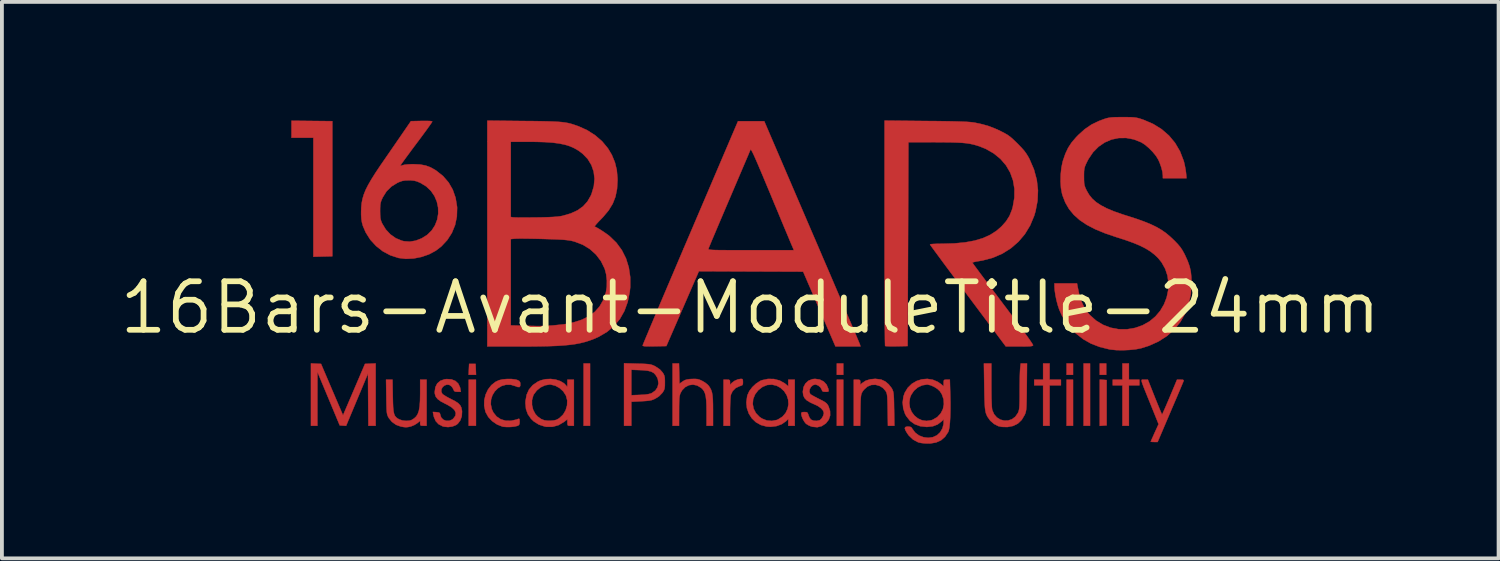
<source format=kicad_pcb>
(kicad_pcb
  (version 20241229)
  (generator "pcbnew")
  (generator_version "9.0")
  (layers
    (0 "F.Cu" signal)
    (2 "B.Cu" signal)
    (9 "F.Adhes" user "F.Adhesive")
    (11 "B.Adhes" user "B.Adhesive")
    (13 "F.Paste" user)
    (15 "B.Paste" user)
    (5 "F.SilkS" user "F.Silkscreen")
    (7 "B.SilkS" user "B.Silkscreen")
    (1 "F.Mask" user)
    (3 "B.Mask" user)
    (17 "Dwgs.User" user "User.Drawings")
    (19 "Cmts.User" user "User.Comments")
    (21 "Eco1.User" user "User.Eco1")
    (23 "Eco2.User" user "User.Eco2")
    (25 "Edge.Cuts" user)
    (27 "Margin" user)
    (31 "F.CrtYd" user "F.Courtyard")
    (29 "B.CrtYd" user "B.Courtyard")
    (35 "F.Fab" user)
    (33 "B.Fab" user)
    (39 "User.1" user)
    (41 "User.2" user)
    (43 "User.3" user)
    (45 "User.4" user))
  (footprint "16Bars-Avant-ModuleTitle-24mm"
    (layer "F.Cu")
    (at 16.578 4.999)
    (property "Reference" "16Bars-Avant-ModuleTitle-24mm" (at 0 0 0) (layer "F.SilkS") (effects (font (size 1.27 1.27) (thickness 0.15))))
    (attr through_hole)
    (fp_poly (pts (xy -7.176 3.09) (xy -7.366 3.09) (xy -7.366 1.884) (xy -7.176 1.884) (xy -7.176 3.09)) (stroke (width 0.01) (type solid)) (fill yes) (layer "F.Cu"))
    (fp_poly (pts (xy -7.174 1.757) (xy -7.368 1.757) (xy -7.355 1.471) (xy -7.186 1.471) (xy -7.174 1.757)) (stroke (width 0.01) (type solid)) (fill yes) (layer "F.Cu"))
    (fp_poly (pts (xy -4.191 3.09) (xy -4.36 3.09) (xy -4.36 1.46) (xy -4.191 1.46) (xy -4.191 3.09)) (stroke (width 0.01) (type solid)) (fill yes) (layer "F.Cu"))
    (fp_poly (pts (xy 2.434 1.757) (xy 2.265 1.757) (xy 2.265 1.46) (xy 2.434 1.46) (xy 2.434 1.757)) (stroke (width 0.01) (type solid)) (fill yes) (layer "F.Cu"))
    (fp_poly (pts (xy 2.434 3.09) (xy 2.265 3.09) (xy 2.265 1.884) (xy 2.434 1.884) (xy 2.434 3.09)) (stroke (width 0.01) (type solid)) (fill yes) (layer "F.Cu"))
    (fp_poly (pts (xy 8.445 1.757) (xy 8.276 1.757) (xy 8.276 1.46) (xy 8.445 1.46) (xy 8.445 1.757)) (stroke (width 0.01) (type solid)) (fill yes) (layer "F.Cu"))
    (fp_poly (pts (xy 8.445 3.09) (xy 8.276 3.09) (xy 8.276 1.884) (xy 8.445 1.884) (xy 8.445 3.09)) (stroke (width 0.01) (type solid)) (fill yes) (layer "F.Cu"))
    (fp_poly (pts (xy 8.89 3.09) (xy 8.721 3.09) (xy 8.721 1.46) (xy 8.89 1.46) (xy 8.89 3.09)) (stroke (width 0.01) (type solid)) (fill yes) (layer "F.Cu"))
    (fp_poly (pts (xy 9.313 1.757) (xy 9.144 1.757) (xy 9.144 1.46) (xy 9.313 1.46) (xy 9.313 1.757)) (stroke (width 0.01) (type solid)) (fill yes) (layer "F.Cu"))
    (fp_poly (pts (xy 9.324 1.894) (xy 9.324 3.08) (xy 9.234 3.086) (xy 9.144 3.093) (xy 9.144 1.881) (xy 9.324 1.894)) (stroke (width 0.01) (type solid)) (fill yes) (layer "F.Cu"))
    (fp_poly (pts (xy -10.933 -4.879) (xy -10.933 -1.344) (xy -11.43 -1.332) (xy -11.43 -4.445) (xy -12.002 -4.445) (xy -12.002 -4.89) (xy -10.933 -4.879)) (stroke (width 0.01) (type solid)) (fill yes) (layer "F.Cu"))
    (fp_poly (pts (xy 7.832 1.884) (xy 8.128 1.884) (xy 8.128 2.032) (xy 7.832 2.032) (xy 7.832 3.09) (xy 7.662 3.09) (xy 7.662 2.032) (xy 7.429 2.032) (xy 7.429 1.884) (xy 7.662 1.884) (xy 7.662 1.46) (xy 7.832 1.46) (xy 7.832 1.884)) (stroke (width 0.01) (type solid)) (fill yes) (layer "F.Cu"))
    (fp_poly (pts (xy 9.906 1.884) (xy 10.181 1.884) (xy 10.181 2.032) (xy 9.906 2.032) (xy 9.906 3.09) (xy 9.737 3.09) (xy 9.737 2.032) (xy 9.483 2.032) (xy 9.483 1.884) (xy 9.737 1.884) (xy 9.737 1.46) (xy 9.906 1.46) (xy 9.906 1.884)) (stroke (width 0.01) (type solid)) (fill yes) (layer "F.Cu"))
    (fp_poly (pts (xy -11.361 1.465) (xy -11.229 1.471) (xy -10.942 2.144) (xy -10.654 2.816) (xy -10.079 1.471) (xy -9.939 1.465) (xy -9.8 1.459) (xy -9.8 3.09) (xy -9.99 3.09) (xy -9.996 2.408) (xy -10.001 1.725) (xy -10.573 3.091) (xy -10.656 3.086) (xy -10.74 3.08) (xy -11.031 2.381) (xy -11.323 1.683) (xy -11.324 2.387) (xy -11.324 3.09) (xy -11.493 3.09) (xy -11.493 1.458) (xy -11.361 1.465)) (stroke (width 0.01) (type solid)) (fill yes) (layer "F.Cu"))
    (fp_poly (pts (xy -0.209 1.867) (xy -0.194 1.889) (xy -0.191 1.94) (xy -0.191 1.947) (xy -0.193 2) (xy -0.209 2.028) (xy -0.251 2.046) (xy -0.279 2.054) (xy -0.381 2.102) (xy -0.46 2.181) (xy -0.506 2.277) (xy -0.514 2.326) (xy -0.52 2.408) (xy -0.525 2.514) (xy -0.528 2.636) (xy -0.529 2.725) (xy -0.529 3.09) (xy -0.699 3.09) (xy -0.699 1.884) (xy -0.614 1.884) (xy -0.56 1.886) (xy -0.535 1.9) (xy -0.529 1.935) (xy -0.529 1.951) (xy -0.529 2.019) (xy -0.484 1.97) (xy -0.413 1.916) (xy -0.325 1.877) (xy -0.244 1.863) (xy -0.209 1.867)) (stroke (width 0.01) (type solid)) (fill yes) (layer "F.Cu"))
    (fp_poly (pts (xy -1.858 1.725) (xy -1.852 1.99) (xy -1.77 1.932) (xy -1.717 1.899) (xy -1.66 1.88) (xy -1.585 1.869) (xy -1.532 1.866) (xy -1.442 1.864) (xy -1.376 1.87) (xy -1.316 1.889) (xy -1.259 1.915) (xy -1.185 1.958) (xy -1.12 2.009) (xy -1.09 2.04) (xy -1.052 2.096) (xy -1.023 2.152) (xy -1.002 2.217) (xy -0.988 2.296) (xy -0.979 2.398) (xy -0.975 2.528) (xy -0.974 2.691) (xy -0.974 3.09) (xy -1.143 3.09) (xy -1.143 2.734) (xy -1.145 2.563) (xy -1.151 2.428) (xy -1.164 2.323) (xy -1.184 2.242) (xy -1.212 2.18) (xy -1.25 2.13) (xy -1.286 2.097) (xy -1.389 2.036) (xy -1.497 2.013) (xy -1.604 2.028) (xy -1.701 2.078) (xy -1.782 2.161) (xy -1.823 2.232) (xy -1.837 2.269) (xy -1.848 2.313) (xy -1.855 2.37) (xy -1.859 2.448) (xy -1.861 2.554) (xy -1.862 2.695) (xy -1.862 2.704) (xy -1.863 3.09) (xy -2.032 3.09) (xy -2.032 1.46) (xy -1.864 1.46) (xy -1.858 1.725)) (stroke (width 0.01) (type solid)) (fill yes) (layer "F.Cu"))
    (fp_poly (pts (xy 10.289 1.883) (xy 10.312 1.884) (xy 10.403 1.884) (xy 10.583 2.339) (xy 10.635 2.468) (xy 10.682 2.583) (xy 10.721 2.678) (xy 10.751 2.748) (xy 10.769 2.787) (xy 10.774 2.793) (xy 10.785 2.775) (xy 10.809 2.722) (xy 10.845 2.642) (xy 10.89 2.538) (xy 10.942 2.417) (xy 10.975 2.339) (xy 11.165 1.884) (xy 11.258 1.884) (xy 11.314 1.886) (xy 11.338 1.896) (xy 11.337 1.918) (xy 11.336 1.921) (xy 11.325 1.948) (xy 11.299 2.01) (xy 11.261 2.101) (xy 11.211 2.219) (xy 11.152 2.358) (xy 11.085 2.514) (xy 11.013 2.682) (xy 10.99 2.736) (xy 10.658 3.514) (xy 10.568 3.514) (xy 10.513 3.512) (xy 10.481 3.508) (xy 10.477 3.506) (xy 10.486 3.484) (xy 10.508 3.433) (xy 10.542 3.358) (xy 10.58 3.272) (xy 10.683 3.047) (xy 10.466 2.509) (xy 10.395 2.335) (xy 10.339 2.196) (xy 10.296 2.088) (xy 10.266 2.009) (xy 10.247 1.952) (xy 10.238 1.915) (xy 10.239 1.894) (xy 10.248 1.884) (xy 10.265 1.882) (xy 10.289 1.883)) (stroke (width 0.01) (type solid)) (fill yes) (layer "F.Cu"))
    (fp_poly (pts (xy -6.243 1.867) (xy -6.14 1.88) (xy -6.096 1.892) (xy -6.043 1.919) (xy -6.02 1.956) (xy -6.016 1.981) (xy -6.017 2.046) (xy -6.038 2.077) (xy -6.083 2.076) (xy -6.14 2.054) (xy -6.267 2.016) (xy -6.389 2.016) (xy -6.502 2.048) (xy -6.602 2.109) (xy -6.685 2.192) (xy -6.746 2.293) (xy -6.782 2.407) (xy -6.788 2.529) (xy -6.761 2.655) (xy -6.72 2.744) (xy -6.636 2.848) (xy -6.529 2.919) (xy -6.403 2.957) (xy -6.262 2.96) (xy -6.113 2.927) (xy -6.07 2.91) (xy -6.046 2.907) (xy -6.035 2.927) (xy -6.033 2.98) (xy -6.032 2.983) (xy -6.037 3.041) (xy -6.054 3.073) (xy -6.09 3.092) (xy -6.165 3.11) (xy -6.264 3.121) (xy -6.367 3.123) (xy -6.456 3.116) (xy -6.483 3.111) (xy -6.624 3.056) (xy -6.75 2.97) (xy -6.853 2.861) (xy -6.923 2.735) (xy -6.93 2.715) (xy -6.961 2.567) (xy -6.958 2.418) (xy -6.923 2.273) (xy -6.86 2.14) (xy -6.772 2.026) (xy -6.663 1.94) (xy -6.573 1.898) (xy -6.477 1.876) (xy -6.362 1.866) (xy -6.243 1.867)) (stroke (width 0.01) (type solid)) (fill yes) (layer "F.Cu"))
    (fp_poly (pts (xy -9.352 2.312) (xy -9.348 2.477) (xy -9.343 2.606) (xy -9.333 2.703) (xy -9.318 2.776) (xy -9.297 2.828) (xy -9.266 2.867) (xy -9.226 2.899) (xy -9.182 2.923) (xy -9.1 2.951) (xy -9.005 2.962) (xy -8.916 2.956) (xy -8.862 2.94) (xy -8.792 2.896) (xy -8.737 2.844) (xy -8.697 2.777) (xy -8.668 2.69) (xy -8.649 2.578) (xy -8.639 2.435) (xy -8.636 2.256) (xy -8.636 2.24) (xy -8.636 1.884) (xy -8.467 1.884) (xy -8.467 3.09) (xy -8.551 3.09) (xy -8.606 3.088) (xy -8.63 3.074) (xy -8.636 3.04) (xy -8.636 3.026) (xy -8.636 2.961) (xy -8.715 3.025) (xy -8.787 3.07) (xy -8.869 3.104) (xy -8.89 3.11) (xy -8.956 3.124) (xy -9.007 3.128) (xy -9.061 3.124) (xy -9.137 3.111) (xy -9.144 3.109) (xy -9.266 3.065) (xy -9.374 2.988) (xy -9.457 2.886) (xy -9.461 2.878) (xy -9.479 2.845) (xy -9.492 2.813) (xy -9.502 2.775) (xy -9.509 2.725) (xy -9.514 2.657) (xy -9.517 2.564) (xy -9.52 2.439) (xy -9.521 2.334) (xy -9.528 1.884) (xy -9.359 1.884) (xy -9.352 2.312)) (stroke (width 0.01) (type solid)) (fill yes) (layer "F.Cu"))
    (fp_poly (pts (xy -2.954 1.465) (xy -2.823 1.468) (xy -2.727 1.473) (xy -2.657 1.479) (xy -2.604 1.488) (xy -2.56 1.501) (xy -2.517 1.519) (xy -2.483 1.536) (xy -2.364 1.616) (xy -2.297 1.69) (xy -2.265 1.74) (xy -2.246 1.784) (xy -2.236 1.836) (xy -2.233 1.911) (xy -2.233 1.958) (xy -2.234 2.048) (xy -2.241 2.109) (xy -2.255 2.156) (xy -2.281 2.201) (xy -2.297 2.226) (xy -2.385 2.317) (xy -2.478 2.376) (xy -2.533 2.403) (xy -2.586 2.421) (xy -2.649 2.433) (xy -2.731 2.441) (xy -2.843 2.448) (xy -2.852 2.449) (xy -3.111 2.462) (xy -3.111 3.09) (xy -3.302 3.09) (xy -3.302 2.291) (xy -3.111 2.291) (xy -2.884 2.282) (xy -2.758 2.275) (xy -2.665 2.262) (xy -2.597 2.244) (xy -2.575 2.234) (xy -2.484 2.169) (xy -2.425 2.082) (xy -2.402 1.981) (xy -2.417 1.874) (xy -2.433 1.832) (xy -2.476 1.76) (xy -2.527 1.707) (xy -2.594 1.672) (xy -2.685 1.649) (xy -2.807 1.637) (xy -2.872 1.634) (xy -3.111 1.625) (xy -3.111 2.291) (xy -3.302 2.291) (xy -3.302 1.455) (xy -2.954 1.465)) (stroke (width 0.01) (type solid)) (fill yes) (layer "F.Cu"))
    (fp_poly (pts (xy 3.409 1.879) (xy 3.435 1.885) (xy 3.531 1.93) (xy 3.622 2.006) (xy 3.697 2.102) (xy 3.711 2.125) (xy 3.726 2.158) (xy 3.738 2.192) (xy 3.747 2.235) (xy 3.753 2.293) (xy 3.758 2.373) (xy 3.761 2.481) (xy 3.763 2.624) (xy 3.764 2.651) (xy 3.771 3.09) (xy 3.602 3.09) (xy 3.595 2.672) (xy 3.592 2.528) (xy 3.589 2.419) (xy 3.585 2.34) (xy 3.579 2.283) (xy 3.57 2.242) (xy 3.558 2.21) (xy 3.542 2.181) (xy 3.539 2.176) (xy 3.477 2.106) (xy 3.395 2.052) (xy 3.279 2.017) (xy 3.166 2.022) (xy 3.063 2.066) (xy 2.973 2.148) (xy 2.938 2.196) (xy 2.921 2.226) (xy 2.908 2.258) (xy 2.899 2.297) (xy 2.893 2.351) (xy 2.888 2.427) (xy 2.885 2.531) (xy 2.883 2.67) (xy 2.882 2.683) (xy 2.875 3.09) (xy 2.709 3.09) (xy 2.709 1.884) (xy 2.794 1.884) (xy 2.848 1.886) (xy 2.872 1.9) (xy 2.879 1.934) (xy 2.879 1.951) (xy 2.879 2.018) (xy 2.927 1.973) (xy 3.021 1.911) (xy 3.14 1.874) (xy 3.273 1.862) (xy 3.409 1.879)) (stroke (width 0.01) (type solid)) (fill yes) (layer "F.Cu"))
    (fp_poly (pts (xy 0.621 1.867) (xy 0.77 1.906) (xy 0.901 1.979) (xy 0.926 1.999) (xy 0.995 2.057) (xy 0.995 1.884) (xy 1.164 1.884) (xy 1.164 3.09) (xy 0.995 3.09) (xy 0.995 2.913) (xy 0.937 2.969) (xy 0.824 3.048) (xy 0.688 3.098) (xy 0.536 3.117) (xy 0.429 3.11) (xy 0.278 3.07) (xy 0.148 2.997) (xy 0.041 2.895) (xy -0.038 2.771) (xy -0.087 2.629) (xy -0.097 2.522) (xy 0.065 2.522) (xy 0.089 2.646) (xy 0.149 2.76) (xy 0.244 2.859) (xy 0.307 2.901) (xy 0.432 2.951) (xy 0.565 2.963) (xy 0.695 2.938) (xy 0.73 2.923) (xy 0.844 2.85) (xy 0.926 2.755) (xy 0.978 2.645) (xy 1 2.526) (xy 0.991 2.405) (xy 0.953 2.288) (xy 0.885 2.183) (xy 0.788 2.095) (xy 0.693 2.043) (xy 0.568 2.013) (xy 0.442 2.023) (xy 0.321 2.073) (xy 0.211 2.158) (xy 0.125 2.271) (xy 0.076 2.395) (xy 0.065 2.522) (xy -0.097 2.522) (xy -0.102 2.476) (xy -0.08 2.315) (xy -0.072 2.286) (xy -0.024 2.182) (xy 0.054 2.079) (xy 0.151 1.988) (xy 0.255 1.919) (xy 0.305 1.898) (xy 0.464 1.864) (xy 0.621 1.867)) (stroke (width 0.01) (type solid)) (fill yes) (layer "F.Cu"))
    (fp_poly (pts (xy 6.308 2.027) (xy 6.309 2.208) (xy 6.311 2.367) (xy 6.316 2.499) (xy 6.321 2.599) (xy 6.328 2.663) (xy 6.331 2.678) (xy 6.38 2.789) (xy 6.453 2.873) (xy 6.543 2.929) (xy 6.644 2.955) (xy 6.747 2.952) (xy 6.846 2.919) (xy 6.933 2.855) (xy 7.001 2.758) (xy 7.008 2.744) (xy 7.021 2.71) (xy 7.031 2.672) (xy 7.038 2.622) (xy 7.043 2.555) (xy 7.046 2.464) (xy 7.048 2.343) (xy 7.048 2.189) (xy 7.049 2.043) (xy 7.051 1.903) (xy 7.053 1.778) (xy 7.057 1.675) (xy 7.061 1.604) (xy 7.062 1.591) (xy 7.076 1.46) (xy 7.241 1.46) (xy 7.235 2.08) (xy 7.233 2.259) (xy 7.231 2.4) (xy 7.228 2.511) (xy 7.225 2.595) (xy 7.22 2.658) (xy 7.213 2.705) (xy 7.204 2.742) (xy 7.193 2.774) (xy 7.18 2.805) (xy 7.101 2.937) (xy 7.001 3.033) (xy 6.878 3.094) (xy 6.729 3.123) (xy 6.725 3.123) (xy 6.582 3.119) (xy 6.491 3.1) (xy 6.379 3.043) (xy 6.278 2.955) (xy 6.201 2.846) (xy 6.168 2.769) (xy 6.157 2.728) (xy 6.148 2.677) (xy 6.14 2.611) (xy 6.135 2.526) (xy 6.13 2.415) (xy 6.126 2.274) (xy 6.123 2.096) (xy 6.122 2.058) (xy 6.113 1.46) (xy 6.308 1.46) (xy 6.308 2.027)) (stroke (width 0.01) (type solid)) (fill yes) (layer "F.Cu"))
    (fp_poly (pts (xy -5.09 1.882) (xy -4.97 1.921) (xy -4.872 1.979) (xy -4.816 2.037) (xy -4.797 2.062) (xy -4.787 2.061) (xy -4.784 2.027) (xy -4.784 1.984) (xy -4.784 1.884) (xy -4.614 1.884) (xy -4.614 3.09) (xy -4.699 3.09) (xy -4.753 3.088) (xy -4.777 3.074) (xy -4.783 3.035) (xy -4.784 3.006) (xy -4.784 2.921) (xy -4.878 2.993) (xy -5.017 3.074) (xy -5.168 3.116) (xy -5.325 3.118) (xy -5.374 3.11) (xy -5.531 3.059) (xy -5.667 2.973) (xy -5.735 2.907) (xy -5.819 2.787) (xy -5.867 2.654) (xy -5.877 2.547) (xy -5.71 2.547) (xy -5.68 2.672) (xy -5.621 2.783) (xy -5.559 2.85) (xy -5.473 2.912) (xy -5.387 2.947) (xy -5.287 2.959) (xy -5.224 2.958) (xy -5.136 2.95) (xy -5.071 2.934) (xy -5.013 2.902) (xy -4.992 2.888) (xy -4.896 2.797) (xy -4.829 2.683) (xy -4.792 2.556) (xy -4.788 2.426) (xy -4.821 2.301) (xy -4.823 2.297) (xy -4.892 2.19) (xy -4.988 2.103) (xy -5.101 2.041) (xy -5.22 2.012) (xy -5.249 2.011) (xy -5.368 2.031) (xy -5.484 2.085) (xy -5.585 2.167) (xy -5.662 2.269) (xy -5.676 2.297) (xy -5.71 2.418) (xy -5.71 2.547) (xy -5.877 2.547) (xy -5.882 2.501) (xy -5.88 2.446) (xy -5.851 2.281) (xy -5.788 2.141) (xy -5.69 2.026) (xy -5.56 1.937) (xy -5.482 1.902) (xy -5.356 1.871) (xy -5.222 1.865) (xy -5.09 1.882)) (stroke (width 0.01) (type solid)) (fill yes) (layer "F.Cu"))
    (fp_poly (pts (xy -7.817 1.876) (xy -7.714 1.917) (xy -7.638 1.988) (xy -7.592 2.087) (xy -7.585 2.122) (xy -7.572 2.201) (xy -7.658 2.201) (xy -7.716 2.197) (xy -7.746 2.18) (xy -7.759 2.154) (xy -7.784 2.102) (xy -7.817 2.058) (xy -7.875 2.019) (xy -7.938 2.014) (xy -7.999 2.036) (xy -8.048 2.078) (xy -8.079 2.134) (xy -8.082 2.197) (xy -8.057 2.254) (xy -8.026 2.279) (xy -7.967 2.317) (xy -7.888 2.361) (xy -7.83 2.39) (xy -7.717 2.449) (xy -7.638 2.502) (xy -7.587 2.556) (xy -7.557 2.618) (xy -7.542 2.696) (xy -7.54 2.718) (xy -7.547 2.839) (xy -7.585 2.948) (xy -7.651 3.036) (xy -7.694 3.069) (xy -7.792 3.109) (xy -7.906 3.124) (xy -8.016 3.113) (xy -8.05 3.103) (xy -8.155 3.048) (xy -8.229 2.968) (xy -8.276 2.859) (xy -8.288 2.808) (xy -8.303 2.728) (xy -8.21 2.734) (xy -8.151 2.742) (xy -8.123 2.757) (xy -8.112 2.789) (xy -8.111 2.798) (xy -8.084 2.876) (xy -8.029 2.931) (xy -7.957 2.96) (xy -7.877 2.96) (xy -7.8 2.929) (xy -7.767 2.901) (xy -7.714 2.828) (xy -7.704 2.755) (xy -7.735 2.682) (xy -7.808 2.611) (xy -7.923 2.541) (xy -7.968 2.519) (xy -8.09 2.456) (xy -8.174 2.395) (xy -8.227 2.33) (xy -8.251 2.255) (xy -8.255 2.205) (xy -8.238 2.081) (xy -8.189 1.983) (xy -8.109 1.914) (xy -8 1.875) (xy -7.943 1.868) (xy -7.817 1.876)) (stroke (width 0.01) (type solid)) (fill yes) (layer "F.Cu"))
    (fp_poly (pts (xy 1.819 1.881) (xy 1.921 1.932) (xy 1.997 2.013) (xy 2.042 2.121) (xy 2.045 2.133) (xy 2.051 2.176) (xy 2.041 2.196) (xy 2.003 2.201) (xy 1.972 2.201) (xy 1.914 2.198) (xy 1.885 2.182) (xy 1.871 2.148) (xy 1.838 2.087) (xy 1.78 2.037) (xy 1.714 2.012) (xy 1.7 2.011) (xy 1.639 2.028) (xy 1.59 2.072) (xy 1.557 2.131) (xy 1.547 2.194) (xy 1.564 2.25) (xy 1.58 2.268) (xy 1.613 2.289) (xy 1.674 2.323) (xy 1.753 2.365) (xy 1.807 2.392) (xy 1.898 2.438) (xy 1.959 2.475) (xy 2 2.508) (xy 2.029 2.546) (xy 2.048 2.582) (xy 2.088 2.703) (xy 2.09 2.822) (xy 2.053 2.932) (xy 1.978 3.028) (xy 1.976 3.029) (xy 1.871 3.099) (xy 1.754 3.128) (xy 1.628 3.116) (xy 1.581 3.102) (xy 1.516 3.073) (xy 1.462 3.039) (xy 1.456 3.034) (xy 1.413 2.98) (xy 1.372 2.906) (xy 1.343 2.829) (xy 1.334 2.778) (xy 1.339 2.747) (xy 1.364 2.734) (xy 1.417 2.731) (xy 1.472 2.734) (xy 1.5 2.751) (xy 1.518 2.794) (xy 1.524 2.814) (xy 1.55 2.877) (xy 1.585 2.924) (xy 1.593 2.931) (xy 1.659 2.957) (xy 1.739 2.962) (xy 1.812 2.946) (xy 1.822 2.942) (xy 1.866 2.901) (xy 1.904 2.837) (xy 1.925 2.772) (xy 1.926 2.754) (xy 1.907 2.695) (xy 1.854 2.633) (xy 1.775 2.576) (xy 1.699 2.539) (xy 1.571 2.481) (xy 1.479 2.425) (xy 1.42 2.364) (xy 1.387 2.293) (xy 1.376 2.206) (xy 1.376 2.195) (xy 1.394 2.078) (xy 1.446 1.981) (xy 1.525 1.91) (xy 1.627 1.87) (xy 1.696 1.863) (xy 1.819 1.881)) (stroke (width 0.01) (type solid)) (fill yes) (layer "F.Cu"))
    (fp_poly (pts (xy 4.774 1.885) (xy 4.909 1.942) (xy 4.99 1.999) (xy 5.059 2.057) (xy 5.059 1.97) (xy 5.061 1.915) (xy 5.074 1.891) (xy 5.111 1.884) (xy 5.14 1.884) (xy 5.222 1.884) (xy 5.233 2.27) (xy 5.238 2.484) (xy 5.237 2.681) (xy 5.232 2.858) (xy 5.223 3.009) (xy 5.21 3.13) (xy 5.193 3.216) (xy 5.18 3.252) (xy 5.095 3.379) (xy 4.991 3.47) (xy 4.863 3.527) (xy 4.71 3.553) (xy 4.646 3.554) (xy 4.553 3.55) (xy 4.464 3.539) (xy 4.399 3.524) (xy 4.394 3.523) (xy 4.261 3.452) (xy 4.149 3.346) (xy 4.104 3.284) (xy 4.059 3.206) (xy 4.043 3.154) (xy 4.057 3.124) (xy 4.101 3.112) (xy 4.127 3.111) (xy 4.186 3.117) (xy 4.221 3.138) (xy 4.242 3.172) (xy 4.316 3.27) (xy 4.415 3.344) (xy 4.532 3.389) (xy 4.656 3.405) (xy 4.779 3.388) (xy 4.886 3.338) (xy 4.967 3.262) (xy 5.027 3.16) (xy 5.057 3.047) (xy 5.059 3.011) (xy 5.059 2.923) (xy 5.009 2.973) (xy 4.902 3.055) (xy 4.777 3.103) (xy 4.626 3.12) (xy 4.614 3.12) (xy 4.447 3.102) (xy 4.301 3.048) (xy 4.179 2.96) (xy 4.081 2.836) (xy 4.049 2.777) (xy 4.002 2.635) (xy 3.988 2.49) (xy 4.161 2.49) (xy 4.177 2.615) (xy 4.223 2.728) (xy 4.295 2.824) (xy 4.387 2.899) (xy 4.495 2.947) (xy 4.613 2.964) (xy 4.737 2.946) (xy 4.779 2.93) (xy 4.895 2.861) (xy 4.983 2.766) (xy 5.041 2.652) (xy 5.066 2.526) (xy 5.058 2.397) (xy 5.014 2.269) (xy 4.963 2.188) (xy 4.9 2.128) (xy 4.815 2.073) (xy 4.723 2.031) (xy 4.64 2.012) (xy 4.627 2.011) (xy 4.5 2.031) (xy 4.382 2.087) (xy 4.283 2.173) (xy 4.209 2.284) (xy 4.18 2.357) (xy 4.161 2.49) (xy 3.988 2.49) (xy 3.987 2.481) (xy 4.007 2.328) (xy 4.041 2.227) (xy 4.12 2.097) (xy 4.226 1.993) (xy 4.351 1.919) (xy 4.488 1.875) (xy 4.631 1.863) (xy 4.774 1.885)) (stroke (width 0.01) (type solid)) (fill yes) (layer "F.Cu"))
    (fp_poly (pts (xy 1.612 -1.979) (xy 1.756 -1.646) (xy 1.894 -1.322) (xy 2.028 -1.012) (xy 2.155 -0.715) (xy 2.274 -0.436) (xy 2.386 -0.175) (xy 2.488 0.064) (xy 2.58 0.28) (xy 2.662 0.471) (xy 2.731 0.634) (xy 2.788 0.768) (xy 2.83 0.869) (xy 2.858 0.936) (xy 2.871 0.967) (xy 2.871 0.968) (xy 2.883 1.016) (xy 2.23 1.016) (xy 1.807 0.037) (xy 1.384 -0.942) (xy 0.02 -0.947) (xy -1.344 -0.953) (xy -1.769 0.026) (xy -2.195 1.005) (xy -2.505 1.011) (xy -2.631 1.013) (xy -2.72 1.012) (xy -2.777 1.008) (xy -2.807 1) (xy -2.815 0.99) (xy -2.807 0.968) (xy -2.783 0.909) (xy -2.744 0.815) (xy -2.691 0.689) (xy -2.626 0.533) (xy -2.548 0.348) (xy -2.459 0.138) (xy -2.36 -0.097) (xy -2.251 -0.353) (xy -2.134 -0.628) (xy -2.009 -0.921) (xy -1.878 -1.23) (xy -1.749 -1.532) (xy -1.095 -1.532) (xy -1.089 -1.525) (xy -1.074 -1.519) (xy -1.045 -1.515) (xy -1 -1.511) (xy -0.936 -1.508) (xy -0.848 -1.506) (xy -0.735 -1.505) (xy -0.591 -1.504) (xy -0.415 -1.503) (xy -0.203 -1.503) (xy 0.018 -1.503) (xy 1.142 -1.503) (xy 1.09 -1.625) (xy 1.072 -1.666) (xy 1.04 -1.742) (xy 0.995 -1.85) (xy 0.938 -1.986) (xy 0.871 -2.145) (xy 0.796 -2.325) (xy 0.715 -2.522) (xy 0.627 -2.731) (xy 0.537 -2.949) (xy 0.531 -2.963) (xy 0.426 -3.213) (xy 0.337 -3.427) (xy 0.261 -3.606) (xy 0.198 -3.755) (xy 0.146 -3.874) (xy 0.105 -3.967) (xy 0.072 -4.037) (xy 0.047 -4.086) (xy 0.029 -4.117) (xy 0.016 -4.132) (xy 0.008 -4.134) (xy 0.003 -4.127) (xy -0.009 -4.099) (xy -0.035 -4.035) (xy -0.076 -3.939) (xy -0.129 -3.815) (xy -0.193 -3.665) (xy -0.266 -3.494) (xy -0.347 -3.304) (xy -0.434 -3.1) (xy -0.526 -2.884) (xy -0.551 -2.826) (xy -0.644 -2.608) (xy -0.732 -2.401) (xy -0.814 -2.209) (xy -0.888 -2.034) (xy -0.953 -1.88) (xy -1.008 -1.751) (xy -1.05 -1.649) (xy -1.079 -1.579) (xy -1.094 -1.543) (xy -1.095 -1.54) (xy -1.095 -1.532) (xy -1.749 -1.532) (xy -1.741 -1.551) (xy -1.599 -1.883) (xy -1.567 -1.958) (xy -0.32 -4.879) (xy 0.366 -4.879) (xy 1.612 -1.979)) (stroke (width 0.01) (type solid)) (fill yes) (layer "F.Cu"))
    (fp_poly (pts (xy -8.379 -4.883) (xy -8.329 -4.876) (xy -8.319 -4.869) (xy -8.331 -4.847) (xy -8.366 -4.796) (xy -8.42 -4.719) (xy -8.491 -4.621) (xy -8.576 -4.505) (xy -8.671 -4.377) (xy -8.742 -4.283) (xy -8.843 -4.148) (xy -8.934 -4.024) (xy -9.014 -3.916) (xy -9.079 -3.826) (xy -9.126 -3.76) (xy -9.153 -3.72) (xy -9.158 -3.711) (xy -9.135 -3.713) (xy -9.091 -3.728) (xy -9.089 -3.728) (xy -9.04 -3.74) (xy -8.961 -3.748) (xy -8.863 -3.753) (xy -8.805 -3.753) (xy -8.635 -3.745) (xy -8.491 -3.718) (xy -8.36 -3.669) (xy -8.227 -3.593) (xy -8.217 -3.586) (xy -8.038 -3.444) (xy -7.892 -3.276) (xy -7.783 -3.086) (xy -7.709 -2.874) (xy -7.671 -2.642) (xy -7.669 -2.614) (xy -7.676 -2.382) (xy -7.722 -2.162) (xy -7.806 -1.956) (xy -7.926 -1.769) (xy -8.08 -1.604) (xy -8.228 -1.49) (xy -8.403 -1.396) (xy -8.598 -1.328) (xy -8.804 -1.287) (xy -9.009 -1.277) (xy -9.201 -1.3) (xy -9.207 -1.302) (xy -9.419 -1.371) (xy -9.615 -1.476) (xy -9.79 -1.614) (xy -9.941 -1.779) (xy -10.06 -1.967) (xy -10.133 -2.137) (xy -10.158 -2.226) (xy -10.173 -2.318) (xy -10.18 -2.428) (xy -10.18 -2.487) (xy -10.179 -2.529) (xy -9.684 -2.529) (xy -9.682 -2.425) (xy -9.677 -2.35) (xy -9.664 -2.29) (xy -9.643 -2.231) (xy -9.627 -2.197) (xy -9.535 -2.046) (xy -9.415 -1.917) (xy -9.273 -1.817) (xy -9.116 -1.752) (xy -9.058 -1.738) (xy -8.907 -1.727) (xy -8.752 -1.753) (xy -8.6 -1.812) (xy -8.452 -1.904) (xy -8.334 -2.02) (xy -8.247 -2.155) (xy -8.19 -2.303) (xy -8.163 -2.459) (xy -8.166 -2.617) (xy -8.199 -2.773) (xy -8.262 -2.921) (xy -8.355 -3.056) (xy -8.477 -3.172) (xy -8.628 -3.264) (xy -8.63 -3.265) (xy -8.717 -3.302) (xy -8.791 -3.322) (xy -8.873 -3.33) (xy -8.932 -3.331) (xy -9.03 -3.328) (xy -9.106 -3.315) (xy -9.182 -3.288) (xy -9.23 -3.267) (xy -9.387 -3.17) (xy -9.516 -3.043) (xy -9.615 -2.885) (xy -9.618 -2.879) (xy -9.649 -2.81) (xy -9.668 -2.752) (xy -9.679 -2.691) (xy -9.683 -2.613) (xy -9.684 -2.529) (xy -10.179 -2.529) (xy -10.177 -2.615) (xy -10.166 -2.733) (xy -10.144 -2.847) (xy -10.11 -2.961) (xy -10.062 -3.081) (xy -9.996 -3.211) (xy -9.912 -3.357) (xy -9.807 -3.524) (xy -9.679 -3.716) (xy -9.604 -3.824) (xy -9.503 -3.971) (xy -9.398 -4.123) (xy -9.296 -4.271) (xy -9.202 -4.408) (xy -9.121 -4.525) (xy -9.067 -4.604) (xy -8.878 -4.879) (xy -8.598 -4.885) (xy -8.469 -4.886) (xy -8.379 -4.883)) (stroke (width 0.01) (type solid)) (fill yes) (layer "F.Cu"))
    (fp_poly (pts (xy 4.609 -4.883) (xy 4.866 -4.881) (xy 5.084 -4.878) (xy 5.267 -4.875) (xy 5.42 -4.871) (xy 5.545 -4.867) (xy 5.647 -4.863) (xy 5.73 -4.857) (xy 5.796 -4.851) (xy 5.851 -4.844) (xy 5.884 -4.838) (xy 6.077 -4.796) (xy 6.246 -4.747) (xy 6.406 -4.685) (xy 6.567 -4.61) (xy 6.661 -4.561) (xy 6.738 -4.516) (xy 6.806 -4.466) (xy 6.878 -4.403) (xy 6.964 -4.32) (xy 6.997 -4.288) (xy 7.093 -4.189) (xy 7.165 -4.108) (xy 7.221 -4.032) (xy 7.27 -3.953) (xy 7.307 -3.884) (xy 7.423 -3.615) (xy 7.496 -3.344) (xy 7.527 -3.071) (xy 7.516 -2.796) (xy 7.463 -2.52) (xy 7.428 -2.403) (xy 7.323 -2.151) (xy 7.185 -1.924) (xy 7.016 -1.725) (xy 6.819 -1.554) (xy 6.596 -1.414) (xy 6.349 -1.307) (xy 6.08 -1.235) (xy 5.98 -1.218) (xy 5.902 -1.205) (xy 5.843 -1.191) (xy 5.814 -1.179) (xy 5.812 -1.177) (xy 5.825 -1.157) (xy 5.861 -1.107) (xy 5.919 -1.029) (xy 5.995 -0.925) (xy 6.089 -0.8) (xy 6.197 -0.656) (xy 6.317 -0.495) (xy 6.448 -0.321) (xy 6.587 -0.137) (xy 6.613 -0.102) (xy 6.779 0.118) (xy 6.928 0.318) (xy 7.059 0.494) (xy 7.171 0.647) (xy 7.262 0.773) (xy 7.331 0.871) (xy 7.377 0.941) (xy 7.399 0.979) (xy 7.4 0.985) (xy 7.389 0.997) (xy 7.361 1.005) (xy 7.31 1.011) (xy 7.232 1.014) (xy 7.12 1.016) (xy 7.038 1.016) (xy 6.687 1.016) (xy 5.698 -0.307) (xy 5.542 -0.517) (xy 5.394 -0.716) (xy 5.254 -0.903) (xy 5.126 -1.075) (xy 5.011 -1.23) (xy 4.912 -1.365) (xy 4.829 -1.477) (xy 4.766 -1.563) (xy 4.723 -1.622) (xy 4.704 -1.65) (xy 4.703 -1.652) (xy 4.72 -1.66) (xy 4.776 -1.666) (xy 4.867 -1.67) (xy 4.99 -1.672) (xy 5.021 -1.672) (xy 5.339 -1.681) (xy 5.621 -1.708) (xy 5.871 -1.754) (xy 6.09 -1.82) (xy 6.281 -1.907) (xy 6.448 -2.015) (xy 6.574 -2.125) (xy 6.694 -2.261) (xy 6.782 -2.4) (xy 6.845 -2.556) (xy 6.868 -2.635) (xy 6.91 -2.876) (xy 6.912 -3.108) (xy 6.875 -3.329) (xy 6.801 -3.534) (xy 6.692 -3.722) (xy 6.548 -3.89) (xy 6.372 -4.034) (xy 6.165 -4.153) (xy 5.997 -4.221) (xy 5.911 -4.248) (xy 5.83 -4.27) (xy 5.746 -4.288) (xy 5.654 -4.302) (xy 5.549 -4.312) (xy 5.425 -4.319) (xy 5.276 -4.324) (xy 5.098 -4.326) (xy 4.884 -4.327) (xy 4.837 -4.328) (xy 4.138 -4.329) (xy 4.128 -1.662) (xy 4.117 1.005) (xy 3.83 1.011) (xy 3.724 1.012) (xy 3.633 1.011) (xy 3.566 1.008) (xy 3.531 1.004) (xy 3.528 1.002) (xy 3.527 0.98) (xy 3.525 0.917) (xy 3.523 0.818) (xy 3.522 0.683) (xy 3.52 0.515) (xy 3.519 0.317) (xy 3.518 0.091) (xy 3.517 -0.16) (xy 3.516 -0.434) (xy 3.515 -0.729) (xy 3.514 -1.041) (xy 3.514 -1.37) (xy 3.514 -1.712) (xy 3.514 -1.953) (xy 3.514 -4.894) (xy 4.609 -4.883)) (stroke (width 0.01) (type solid)) (fill yes) (layer "F.Cu"))
    (fp_poly (pts (xy -5.921 -4.883) (xy -5.678 -4.881) (xy -5.472 -4.878) (xy -5.299 -4.874) (xy -5.155 -4.869) (xy -5.035 -4.863) (xy -4.934 -4.855) (xy -4.848 -4.844) (xy -4.772 -4.831) (xy -4.701 -4.814) (xy -4.631 -4.793) (xy -4.558 -4.768) (xy -4.49 -4.744) (xy -4.261 -4.64) (xy -4.054 -4.507) (xy -3.873 -4.349) (xy -3.723 -4.168) (xy -3.621 -3.997) (xy -3.541 -3.802) (xy -3.492 -3.603) (xy -3.473 -3.386) (xy -3.472 -3.334) (xy -3.485 -3.106) (xy -3.526 -2.904) (xy -3.598 -2.72) (xy -3.704 -2.546) (xy -3.848 -2.374) (xy -3.891 -2.329) (xy -3.963 -2.255) (xy -4.02 -2.193) (xy -4.058 -2.147) (xy -4.072 -2.124) (xy -4.071 -2.122) (xy -4.026 -2.101) (xy -3.958 -2.062) (xy -3.877 -2.011) (xy -3.794 -1.955) (xy -3.719 -1.902) (xy -3.679 -1.87) (xy -3.502 -1.699) (xy -3.359 -1.504) (xy -3.25 -1.287) (xy -3.177 -1.051) (xy -3.14 -0.799) (xy -3.14 -0.533) (xy -3.153 -0.413) (xy -3.206 -0.15) (xy -3.292 0.086) (xy -3.41 0.295) (xy -3.561 0.477) (xy -3.745 0.632) (xy -3.961 0.76) (xy -4.113 0.827) (xy -4.223 0.866) (xy -4.334 0.9) (xy -4.451 0.929) (xy -4.577 0.953) (xy -4.717 0.972) (xy -4.875 0.987) (xy -5.055 0.999) (xy -5.261 1.007) (xy -5.497 1.012) (xy -5.768 1.015) (xy -6.048 1.016) (xy -6.879 1.016) (xy -6.879 -1.794) (xy -6.265 -1.794) (xy -6.265 0.464) (xy -5.974 0.471) (xy -5.857 0.474) (xy -5.745 0.477) (xy -5.649 0.479) (xy -5.583 0.482) (xy -5.577 0.482) (xy -5.517 0.482) (xy -5.426 0.479) (xy -5.315 0.474) (xy -5.195 0.467) (xy -5.161 0.465) (xy -4.872 0.435) (xy -4.619 0.384) (xy -4.402 0.314) (xy -4.217 0.221) (xy -4.064 0.106) (xy -3.942 -0.032) (xy -3.848 -0.196) (xy -3.781 -0.384) (xy -3.776 -0.402) (xy -3.753 -0.55) (xy -3.751 -0.714) (xy -3.77 -0.876) (xy -3.808 -1.019) (xy -3.809 -1.021) (xy -3.905 -1.217) (xy -4.035 -1.388) (xy -4.194 -1.531) (xy -4.381 -1.646) (xy -4.592 -1.727) (xy -4.629 -1.737) (xy -4.685 -1.751) (xy -4.746 -1.761) (xy -4.818 -1.77) (xy -4.907 -1.778) (xy -5.018 -1.784) (xy -5.157 -1.79) (xy -5.33 -1.795) (xy -5.419 -1.798) (xy -5.583 -1.802) (xy -5.739 -1.805) (xy -5.88 -1.807) (xy -6 -1.808) (xy -6.091 -1.807) (xy -6.148 -1.805) (xy -6.154 -1.805) (xy -6.265 -1.794) (xy -6.879 -1.794) (xy -6.879 -2.373) (xy -6.265 -2.373) (xy -6.207 -2.363) (xy -6.17 -2.361) (xy -6.098 -2.359) (xy -5.996 -2.358) (xy -5.871 -2.358) (xy -5.729 -2.359) (xy -5.609 -2.36) (xy -5.418 -2.363) (xy -5.264 -2.368) (xy -5.141 -2.374) (xy -5.043 -2.382) (xy -4.964 -2.392) (xy -4.913 -2.402) (xy -4.699 -2.464) (xy -4.52 -2.546) (xy -4.374 -2.65) (xy -4.259 -2.778) (xy -4.17 -2.933) (xy -4.151 -2.979) (xy -4.092 -3.178) (xy -4.074 -3.372) (xy -4.096 -3.558) (xy -4.156 -3.731) (xy -4.252 -3.889) (xy -4.386 -4.028) (xy -4.494 -4.109) (xy -4.603 -4.172) (xy -4.72 -4.224) (xy -4.85 -4.264) (xy -4.998 -4.295) (xy -5.169 -4.317) (xy -5.368 -4.331) (xy -5.601 -4.338) (xy -5.763 -4.339) (xy -6.265 -4.339) (xy -6.265 -2.373) (xy -6.879 -2.373) (xy -6.879 -4.893) (xy -5.921 -4.883)) (stroke (width 0.01) (type solid)) (fill yes) (layer "F.Cu"))
    (fp_poly (pts (xy 9.876 -4.984) (xy 9.972 -4.982) (xy 10.046 -4.977) (xy 10.108 -4.968) (xy 10.167 -4.954) (xy 10.234 -4.933) (xy 10.287 -4.915) (xy 10.539 -4.807) (xy 10.762 -4.669) (xy 10.954 -4.503) (xy 11.115 -4.309) (xy 11.244 -4.089) (xy 11.338 -3.845) (xy 11.345 -3.822) (xy 11.369 -3.72) (xy 11.39 -3.606) (xy 11.4 -3.534) (xy 11.414 -3.387) (xy 10.795 -3.387) (xy 10.795 -3.455) (xy 10.784 -3.551) (xy 10.755 -3.668) (xy 10.711 -3.792) (xy 10.676 -3.871) (xy 10.616 -3.969) (xy 10.529 -4.075) (xy 10.428 -4.177) (xy 10.324 -4.265) (xy 10.229 -4.326) (xy 10.033 -4.403) (xy 9.835 -4.44) (xy 9.64 -4.438) (xy 9.452 -4.399) (xy 9.275 -4.323) (xy 9.113 -4.212) (xy 8.97 -4.068) (xy 8.851 -3.892) (xy 8.823 -3.84) (xy 8.782 -3.756) (xy 8.756 -3.693) (xy 8.741 -3.637) (xy 8.733 -3.574) (xy 8.731 -3.491) (xy 8.731 -3.43) (xy 8.732 -3.327) (xy 8.736 -3.253) (xy 8.747 -3.195) (xy 8.765 -3.141) (xy 8.794 -3.078) (xy 8.8 -3.065) (xy 8.866 -2.953) (xy 8.946 -2.853) (xy 9.047 -2.762) (xy 9.172 -2.679) (xy 9.324 -2.599) (xy 9.508 -2.522) (xy 9.728 -2.444) (xy 9.864 -2.401) (xy 10.101 -2.325) (xy 10.303 -2.253) (xy 10.475 -2.183) (xy 10.623 -2.112) (xy 10.754 -2.036) (xy 10.874 -1.953) (xy 10.987 -1.858) (xy 11.093 -1.758) (xy 11.182 -1.666) (xy 11.248 -1.588) (xy 11.302 -1.509) (xy 11.353 -1.417) (xy 11.374 -1.376) (xy 11.445 -1.219) (xy 11.494 -1.081) (xy 11.525 -0.946) (xy 11.54 -0.798) (xy 11.544 -0.646) (xy 11.526 -0.36) (xy 11.47 -0.094) (xy 11.379 0.151) (xy 11.253 0.373) (xy 11.094 0.57) (xy 10.903 0.741) (xy 10.681 0.884) (xy 10.43 0.997) (xy 10.225 1.062) (xy 10.086 1.089) (xy 9.922 1.106) (xy 9.747 1.114) (xy 9.579 1.111) (xy 9.431 1.096) (xy 9.398 1.091) (xy 9.14 1.027) (xy 8.912 0.939) (xy 8.708 0.823) (xy 8.52 0.675) (xy 8.432 0.589) (xy 8.277 0.406) (xy 8.155 0.209) (xy 8.086 0.057) (xy 8.048 -0.056) (xy 8.012 -0.189) (xy 7.984 -0.328) (xy 7.965 -0.457) (xy 7.959 -0.553) (xy 7.959 -0.635) (xy 8.549 -0.635) (xy 8.563 -0.556) (xy 8.607 -0.345) (xy 8.662 -0.169) (xy 8.731 -0.018) (xy 8.818 0.114) (xy 8.885 0.193) (xy 9.047 0.338) (xy 9.231 0.449) (xy 9.43 0.525) (xy 9.639 0.564) (xy 9.855 0.566) (xy 10.07 0.529) (xy 10.266 0.46) (xy 10.446 0.359) (xy 10.6 0.23) (xy 10.727 0.08) (xy 10.826 -0.089) (xy 10.895 -0.269) (xy 10.934 -0.457) (xy 10.941 -0.648) (xy 10.916 -0.836) (xy 10.856 -1.017) (xy 10.761 -1.186) (xy 10.673 -1.295) (xy 10.577 -1.387) (xy 10.469 -1.471) (xy 10.344 -1.548) (xy 10.196 -1.623) (xy 10.02 -1.696) (xy 9.813 -1.77) (xy 9.582 -1.844) (xy 9.284 -1.945) (xy 9.025 -2.052) (xy 8.804 -2.167) (xy 8.617 -2.293) (xy 8.463 -2.431) (xy 8.339 -2.582) (xy 8.242 -2.75) (xy 8.17 -2.936) (xy 8.156 -2.986) (xy 8.129 -3.131) (xy 8.118 -3.301) (xy 8.122 -3.481) (xy 8.14 -3.659) (xy 8.173 -3.818) (xy 8.18 -3.842) (xy 8.243 -4.025) (xy 8.316 -4.18) (xy 8.407 -4.32) (xy 8.525 -4.458) (xy 8.584 -4.519) (xy 8.753 -4.671) (xy 8.928 -4.79) (xy 9.122 -4.884) (xy 9.26 -4.935) (xy 9.323 -4.955) (xy 9.382 -4.968) (xy 9.447 -4.977) (xy 9.527 -4.982) (xy 9.633 -4.984) (xy 9.747 -4.985) (xy 9.876 -4.984)) (stroke (width 0.01) (type solid)) (fill yes) (layer "F.Cu"))
    (fp_poly (pts (xy -7.176 3.09) (xy -7.366 3.09) (xy -7.366 1.884) (xy -7.176 1.884) (xy -7.176 3.09)) (stroke (width 0.01) (type solid)) (fill yes) (layer "F.Mask"))
    (fp_poly (pts (xy -7.174 1.757) (xy -7.368 1.757) (xy -7.355 1.471) (xy -7.186 1.471) (xy -7.174 1.757)) (stroke (width 0.01) (type solid)) (fill yes) (layer "F.Mask"))
    (fp_poly (pts (xy -4.191 3.09) (xy -4.36 3.09) (xy -4.36 1.46) (xy -4.191 1.46) (xy -4.191 3.09)) (stroke (width 0.01) (type solid)) (fill yes) (layer "F.Mask"))
    (fp_poly (pts (xy 2.434 1.757) (xy 2.265 1.757) (xy 2.265 1.46) (xy 2.434 1.46) (xy 2.434 1.757)) (stroke (width 0.01) (type solid)) (fill yes) (layer "F.Mask"))
    (fp_poly (pts (xy 2.434 3.09) (xy 2.265 3.09) (xy 2.265 1.884) (xy 2.434 1.884) (xy 2.434 3.09)) (stroke (width 0.01) (type solid)) (fill yes) (layer "F.Mask"))
    (fp_poly (pts (xy 8.445 1.757) (xy 8.276 1.757) (xy 8.276 1.46) (xy 8.445 1.46) (xy 8.445 1.757)) (stroke (width 0.01) (type solid)) (fill yes) (layer "F.Mask"))
    (fp_poly (pts (xy 8.445 3.09) (xy 8.276 3.09) (xy 8.276 1.884) (xy 8.445 1.884) (xy 8.445 3.09)) (stroke (width 0.01) (type solid)) (fill yes) (layer "F.Mask"))
    (fp_poly (pts (xy 8.89 3.09) (xy 8.721 3.09) (xy 8.721 1.46) (xy 8.89 1.46) (xy 8.89 3.09)) (stroke (width 0.01) (type solid)) (fill yes) (layer "F.Mask"))
    (fp_poly (pts (xy 9.313 1.757) (xy 9.144 1.757) (xy 9.144 1.46) (xy 9.313 1.46) (xy 9.313 1.757)) (stroke (width 0.01) (type solid)) (fill yes) (layer "F.Mask"))
    (fp_poly (pts (xy 9.324 1.894) (xy 9.324 3.08) (xy 9.234 3.086) (xy 9.144 3.093) (xy 9.144 1.881) (xy 9.324 1.894)) (stroke (width 0.01) (type solid)) (fill yes) (layer "F.Mask"))
    (fp_poly (pts (xy -10.933 -4.879) (xy -10.933 -1.344) (xy -11.43 -1.332) (xy -11.43 -4.445) (xy -12.002 -4.445) (xy -12.002 -4.89) (xy -10.933 -4.879)) (stroke (width 0.01) (type solid)) (fill yes) (layer "F.Mask"))
    (fp_poly (pts (xy 7.832 1.884) (xy 8.128 1.884) (xy 8.128 2.032) (xy 7.832 2.032) (xy 7.832 3.09) (xy 7.662 3.09) (xy 7.662 2.032) (xy 7.429 2.032) (xy 7.429 1.884) (xy 7.662 1.884) (xy 7.662 1.46) (xy 7.832 1.46) (xy 7.832 1.884)) (stroke (width 0.01) (type solid)) (fill yes) (layer "F.Mask"))
    (fp_poly (pts (xy 9.906 1.884) (xy 10.181 1.884) (xy 10.181 2.032) (xy 9.906 2.032) (xy 9.906 3.09) (xy 9.737 3.09) (xy 9.737 2.032) (xy 9.483 2.032) (xy 9.483 1.884) (xy 9.737 1.884) (xy 9.737 1.46) (xy 9.906 1.46) (xy 9.906 1.884)) (stroke (width 0.01) (type solid)) (fill yes) (layer "F.Mask"))
    (fp_poly (pts (xy -11.361 1.465) (xy -11.229 1.471) (xy -10.942 2.144) (xy -10.654 2.816) (xy -10.079 1.471) (xy -9.939 1.465) (xy -9.8 1.459) (xy -9.8 3.09) (xy -9.99 3.09) (xy -9.996 2.408) (xy -10.001 1.725) (xy -10.573 3.091) (xy -10.656 3.086) (xy -10.74 3.08) (xy -11.031 2.381) (xy -11.323 1.683) (xy -11.324 2.387) (xy -11.324 3.09) (xy -11.493 3.09) (xy -11.493 1.458) (xy -11.361 1.465)) (stroke (width 0.01) (type solid)) (fill yes) (layer "F.Mask"))
    (fp_poly (pts (xy -0.209 1.867) (xy -0.194 1.889) (xy -0.191 1.94) (xy -0.191 1.947) (xy -0.193 2) (xy -0.209 2.028) (xy -0.251 2.046) (xy -0.279 2.054) (xy -0.381 2.102) (xy -0.46 2.181) (xy -0.506 2.277) (xy -0.514 2.326) (xy -0.52 2.408) (xy -0.525 2.514) (xy -0.528 2.636) (xy -0.529 2.725) (xy -0.529 3.09) (xy -0.699 3.09) (xy -0.699 1.884) (xy -0.614 1.884) (xy -0.56 1.886) (xy -0.535 1.9) (xy -0.529 1.935) (xy -0.529 1.951) (xy -0.529 2.019) (xy -0.484 1.97) (xy -0.413 1.916) (xy -0.325 1.877) (xy -0.244 1.863) (xy -0.209 1.867)) (stroke (width 0.01) (type solid)) (fill yes) (layer "F.Mask"))
    (fp_poly (pts (xy -1.858 1.725) (xy -1.852 1.99) (xy -1.77 1.932) (xy -1.717 1.899) (xy -1.66 1.88) (xy -1.585 1.869) (xy -1.532 1.866) (xy -1.442 1.864) (xy -1.376 1.87) (xy -1.316 1.889) (xy -1.259 1.915) (xy -1.185 1.958) (xy -1.12 2.009) (xy -1.09 2.04) (xy -1.052 2.096) (xy -1.023 2.152) (xy -1.002 2.217) (xy -0.988 2.296) (xy -0.979 2.398) (xy -0.975 2.528) (xy -0.974 2.691) (xy -0.974 3.09) (xy -1.143 3.09) (xy -1.143 2.734) (xy -1.145 2.563) (xy -1.151 2.428) (xy -1.164 2.323) (xy -1.184 2.242) (xy -1.212 2.18) (xy -1.25 2.13) (xy -1.286 2.097) (xy -1.389 2.036) (xy -1.497 2.013) (xy -1.604 2.028) (xy -1.701 2.078) (xy -1.782 2.161) (xy -1.823 2.232) (xy -1.837 2.269) (xy -1.848 2.313) (xy -1.855 2.37) (xy -1.859 2.448) (xy -1.861 2.554) (xy -1.862 2.695) (xy -1.862 2.704) (xy -1.863 3.09) (xy -2.032 3.09) (xy -2.032 1.46) (xy -1.864 1.46) (xy -1.858 1.725)) (stroke (width 0.01) (type solid)) (fill yes) (layer "F.Mask"))
    (fp_poly (pts (xy 10.289 1.883) (xy 10.312 1.884) (xy 10.403 1.884) (xy 10.583 2.339) (xy 10.635 2.468) (xy 10.682 2.583) (xy 10.721 2.678) (xy 10.751 2.748) (xy 10.769 2.787) (xy 10.774 2.793) (xy 10.785 2.775) (xy 10.809 2.722) (xy 10.845 2.642) (xy 10.89 2.538) (xy 10.942 2.417) (xy 10.975 2.339) (xy 11.165 1.884) (xy 11.258 1.884) (xy 11.314 1.886) (xy 11.338 1.896) (xy 11.337 1.918) (xy 11.336 1.921) (xy 11.325 1.948) (xy 11.299 2.01) (xy 11.261 2.101) (xy 11.211 2.219) (xy 11.152 2.358) (xy 11.085 2.514) (xy 11.013 2.682) (xy 10.99 2.736) (xy 10.658 3.514) (xy 10.568 3.514) (xy 10.513 3.512) (xy 10.481 3.508) (xy 10.477 3.506) (xy 10.486 3.484) (xy 10.508 3.433) (xy 10.542 3.358) (xy 10.58 3.272) (xy 10.683 3.047) (xy 10.466 2.509) (xy 10.395 2.335) (xy 10.339 2.196) (xy 10.296 2.088) (xy 10.266 2.009) (xy 10.247 1.952) (xy 10.238 1.915) (xy 10.239 1.894) (xy 10.248 1.884) (xy 10.265 1.882) (xy 10.289 1.883)) (stroke (width 0.01) (type solid)) (fill yes) (layer "F.Mask"))
    (fp_poly (pts (xy -6.243 1.867) (xy -6.14 1.88) (xy -6.096 1.892) (xy -6.043 1.919) (xy -6.02 1.956) (xy -6.016 1.981) (xy -6.017 2.046) (xy -6.038 2.077) (xy -6.083 2.076) (xy -6.14 2.054) (xy -6.267 2.016) (xy -6.389 2.016) (xy -6.502 2.048) (xy -6.602 2.109) (xy -6.685 2.192) (xy -6.746 2.293) (xy -6.782 2.407) (xy -6.788 2.529) (xy -6.761 2.655) (xy -6.72 2.744) (xy -6.636 2.848) (xy -6.529 2.919) (xy -6.403 2.957) (xy -6.262 2.96) (xy -6.113 2.927) (xy -6.07 2.91) (xy -6.046 2.907) (xy -6.035 2.927) (xy -6.033 2.98) (xy -6.032 2.983) (xy -6.037 3.041) (xy -6.054 3.073) (xy -6.09 3.092) (xy -6.165 3.11) (xy -6.264 3.121) (xy -6.367 3.123) (xy -6.456 3.116) (xy -6.483 3.111) (xy -6.624 3.056) (xy -6.75 2.97) (xy -6.853 2.861) (xy -6.923 2.735) (xy -6.93 2.715) (xy -6.961 2.567) (xy -6.958 2.418) (xy -6.923 2.273) (xy -6.86 2.14) (xy -6.772 2.026) (xy -6.663 1.94) (xy -6.573 1.898) (xy -6.477 1.876) (xy -6.362 1.866) (xy -6.243 1.867)) (stroke (width 0.01) (type solid)) (fill yes) (layer "F.Mask"))
    (fp_poly (pts (xy -9.352 2.312) (xy -9.348 2.477) (xy -9.343 2.606) (xy -9.333 2.703) (xy -9.318 2.776) (xy -9.297 2.828) (xy -9.266 2.867) (xy -9.226 2.899) (xy -9.182 2.923) (xy -9.1 2.951) (xy -9.005 2.962) (xy -8.916 2.956) (xy -8.862 2.94) (xy -8.792 2.896) (xy -8.737 2.844) (xy -8.697 2.777) (xy -8.668 2.69) (xy -8.649 2.578) (xy -8.639 2.435) (xy -8.636 2.256) (xy -8.636 2.24) (xy -8.636 1.884) (xy -8.467 1.884) (xy -8.467 3.09) (xy -8.551 3.09) (xy -8.606 3.088) (xy -8.63 3.074) (xy -8.636 3.04) (xy -8.636 3.026) (xy -8.636 2.961) (xy -8.715 3.025) (xy -8.787 3.07) (xy -8.869 3.104) (xy -8.89 3.11) (xy -8.956 3.124) (xy -9.007 3.128) (xy -9.061 3.124) (xy -9.137 3.111) (xy -9.144 3.109) (xy -9.266 3.065) (xy -9.374 2.988) (xy -9.457 2.886) (xy -9.461 2.878) (xy -9.479 2.845) (xy -9.492 2.813) (xy -9.502 2.775) (xy -9.509 2.725) (xy -9.514 2.657) (xy -9.517 2.564) (xy -9.52 2.439) (xy -9.521 2.334) (xy -9.528 1.884) (xy -9.359 1.884) (xy -9.352 2.312)) (stroke (width 0.01) (type solid)) (fill yes) (layer "F.Mask"))
    (fp_poly (pts (xy -2.954 1.465) (xy -2.823 1.468) (xy -2.727 1.473) (xy -2.657 1.479) (xy -2.604 1.488) (xy -2.56 1.501) (xy -2.517 1.519) (xy -2.483 1.536) (xy -2.364 1.616) (xy -2.297 1.69) (xy -2.265 1.74) (xy -2.246 1.784) (xy -2.236 1.836) (xy -2.233 1.911) (xy -2.233 1.958) (xy -2.234 2.048) (xy -2.241 2.109) (xy -2.255 2.156) (xy -2.281 2.201) (xy -2.297 2.226) (xy -2.385 2.317) (xy -2.478 2.376) (xy -2.533 2.403) (xy -2.586 2.421) (xy -2.649 2.433) (xy -2.731 2.441) (xy -2.843 2.448) (xy -2.852 2.449) (xy -3.111 2.462) (xy -3.111 3.09) (xy -3.302 3.09) (xy -3.302 2.291) (xy -3.111 2.291) (xy -2.884 2.282) (xy -2.758 2.275) (xy -2.665 2.262) (xy -2.597 2.244) (xy -2.575 2.234) (xy -2.484 2.169) (xy -2.425 2.082) (xy -2.402 1.981) (xy -2.417 1.874) (xy -2.433 1.832) (xy -2.476 1.76) (xy -2.527 1.707) (xy -2.594 1.672) (xy -2.685 1.649) (xy -2.807 1.637) (xy -2.872 1.634) (xy -3.111 1.625) (xy -3.111 2.291) (xy -3.302 2.291) (xy -3.302 1.455) (xy -2.954 1.465)) (stroke (width 0.01) (type solid)) (fill yes) (layer "F.Mask"))
    (fp_poly (pts (xy 3.409 1.879) (xy 3.435 1.885) (xy 3.531 1.93) (xy 3.622 2.006) (xy 3.697 2.102) (xy 3.711 2.125) (xy 3.726 2.158) (xy 3.738 2.192) (xy 3.747 2.235) (xy 3.753 2.293) (xy 3.758 2.373) (xy 3.761 2.481) (xy 3.763 2.624) (xy 3.764 2.651) (xy 3.771 3.09) (xy 3.602 3.09) (xy 3.595 2.672) (xy 3.592 2.528) (xy 3.589 2.419) (xy 3.585 2.34) (xy 3.579 2.283) (xy 3.57 2.242) (xy 3.558 2.21) (xy 3.542 2.181) (xy 3.539 2.176) (xy 3.477 2.106) (xy 3.395 2.052) (xy 3.279 2.017) (xy 3.166 2.022) (xy 3.063 2.066) (xy 2.973 2.148) (xy 2.938 2.196) (xy 2.921 2.226) (xy 2.908 2.258) (xy 2.899 2.297) (xy 2.893 2.351) (xy 2.888 2.427) (xy 2.885 2.531) (xy 2.883 2.67) (xy 2.882 2.683) (xy 2.875 3.09) (xy 2.709 3.09) (xy 2.709 1.884) (xy 2.794 1.884) (xy 2.848 1.886) (xy 2.872 1.9) (xy 2.879 1.934) (xy 2.879 1.951) (xy 2.879 2.018) (xy 2.927 1.973) (xy 3.021 1.911) (xy 3.14 1.874) (xy 3.273 1.862) (xy 3.409 1.879)) (stroke (width 0.01) (type solid)) (fill yes) (layer "F.Mask"))
    (fp_poly (pts (xy 0.621 1.867) (xy 0.77 1.906) (xy 0.901 1.979) (xy 0.926 1.999) (xy 0.995 2.057) (xy 0.995 1.884) (xy 1.164 1.884) (xy 1.164 3.09) (xy 0.995 3.09) (xy 0.995 2.913) (xy 0.937 2.969) (xy 0.824 3.048) (xy 0.688 3.098) (xy 0.536 3.117) (xy 0.429 3.11) (xy 0.278 3.07) (xy 0.148 2.997) (xy 0.041 2.895) (xy -0.038 2.771) (xy -0.087 2.629) (xy -0.097 2.522) (xy 0.065 2.522) (xy 0.089 2.646) (xy 0.149 2.76) (xy 0.244 2.859) (xy 0.307 2.901) (xy 0.432 2.951) (xy 0.565 2.963) (xy 0.695 2.938) (xy 0.73 2.923) (xy 0.844 2.85) (xy 0.926 2.755) (xy 0.978 2.645) (xy 1 2.526) (xy 0.991 2.405) (xy 0.953 2.288) (xy 0.885 2.183) (xy 0.788 2.095) (xy 0.693 2.043) (xy 0.568 2.013) (xy 0.442 2.023) (xy 0.321 2.073) (xy 0.211 2.158) (xy 0.125 2.271) (xy 0.076 2.395) (xy 0.065 2.522) (xy -0.097 2.522) (xy -0.102 2.476) (xy -0.08 2.315) (xy -0.072 2.286) (xy -0.024 2.182) (xy 0.054 2.079) (xy 0.151 1.988) (xy 0.255 1.919) (xy 0.305 1.898) (xy 0.464 1.864) (xy 0.621 1.867)) (stroke (width 0.01) (type solid)) (fill yes) (layer "F.Mask"))
    (fp_poly (pts (xy 6.308 2.027) (xy 6.309 2.208) (xy 6.311 2.367) (xy 6.316 2.499) (xy 6.321 2.599) (xy 6.328 2.663) (xy 6.331 2.678) (xy 6.38 2.789) (xy 6.453 2.873) (xy 6.543 2.929) (xy 6.644 2.955) (xy 6.747 2.952) (xy 6.846 2.919) (xy 6.933 2.855) (xy 7.001 2.758) (xy 7.008 2.744) (xy 7.021 2.71) (xy 7.031 2.672) (xy 7.038 2.622) (xy 7.043 2.555) (xy 7.046 2.464) (xy 7.048 2.343) (xy 7.048 2.189) (xy 7.049 2.043) (xy 7.051 1.903) (xy 7.053 1.778) (xy 7.057 1.675) (xy 7.061 1.604) (xy 7.062 1.591) (xy 7.076 1.46) (xy 7.241 1.46) (xy 7.235 2.08) (xy 7.233 2.259) (xy 7.231 2.4) (xy 7.228 2.511) (xy 7.225 2.595) (xy 7.22 2.658) (xy 7.213 2.705) (xy 7.204 2.742) (xy 7.193 2.774) (xy 7.18 2.805) (xy 7.101 2.937) (xy 7.001 3.033) (xy 6.878 3.094) (xy 6.729 3.123) (xy 6.725 3.123) (xy 6.582 3.119) (xy 6.491 3.1) (xy 6.379 3.043) (xy 6.278 2.955) (xy 6.201 2.846) (xy 6.168 2.769) (xy 6.157 2.728) (xy 6.148 2.677) (xy 6.14 2.611) (xy 6.135 2.526) (xy 6.13 2.415) (xy 6.126 2.274) (xy 6.123 2.096) (xy 6.122 2.058) (xy 6.113 1.46) (xy 6.308 1.46) (xy 6.308 2.027)) (stroke (width 0.01) (type solid)) (fill yes) (layer "F.Mask"))
    (fp_poly (pts (xy -5.09 1.882) (xy -4.97 1.921) (xy -4.872 1.979) (xy -4.816 2.037) (xy -4.797 2.062) (xy -4.787 2.061) (xy -4.784 2.027) (xy -4.784 1.984) (xy -4.784 1.884) (xy -4.614 1.884) (xy -4.614 3.09) (xy -4.699 3.09) (xy -4.753 3.088) (xy -4.777 3.074) (xy -4.783 3.035) (xy -4.784 3.006) (xy -4.784 2.921) (xy -4.878 2.993) (xy -5.017 3.074) (xy -5.168 3.116) (xy -5.325 3.118) (xy -5.374 3.11) (xy -5.531 3.059) (xy -5.667 2.973) (xy -5.735 2.907) (xy -5.819 2.787) (xy -5.867 2.654) (xy -5.877 2.547) (xy -5.71 2.547) (xy -5.68 2.672) (xy -5.621 2.783) (xy -5.559 2.85) (xy -5.473 2.912) (xy -5.387 2.947) (xy -5.287 2.959) (xy -5.224 2.958) (xy -5.136 2.95) (xy -5.071 2.934) (xy -5.013 2.902) (xy -4.992 2.888) (xy -4.896 2.797) (xy -4.829 2.683) (xy -4.792 2.556) (xy -4.788 2.426) (xy -4.821 2.301) (xy -4.823 2.297) (xy -4.892 2.19) (xy -4.988 2.103) (xy -5.101 2.041) (xy -5.22 2.012) (xy -5.249 2.011) (xy -5.368 2.031) (xy -5.484 2.085) (xy -5.585 2.167) (xy -5.662 2.269) (xy -5.676 2.297) (xy -5.71 2.418) (xy -5.71 2.547) (xy -5.877 2.547) (xy -5.882 2.501) (xy -5.88 2.446) (xy -5.851 2.281) (xy -5.788 2.141) (xy -5.69 2.026) (xy -5.56 1.937) (xy -5.482 1.902) (xy -5.356 1.871) (xy -5.222 1.865) (xy -5.09 1.882)) (stroke (width 0.01) (type solid)) (fill yes) (layer "F.Mask"))
    (fp_poly (pts (xy -7.817 1.876) (xy -7.714 1.917) (xy -7.638 1.988) (xy -7.592 2.087) (xy -7.585 2.122) (xy -7.572 2.201) (xy -7.658 2.201) (xy -7.716 2.197) (xy -7.746 2.18) (xy -7.759 2.154) (xy -7.784 2.102) (xy -7.817 2.058) (xy -7.875 2.019) (xy -7.938 2.014) (xy -7.999 2.036) (xy -8.048 2.078) (xy -8.079 2.134) (xy -8.082 2.197) (xy -8.057 2.254) (xy -8.026 2.279) (xy -7.967 2.317) (xy -7.888 2.361) (xy -7.83 2.39) (xy -7.717 2.449) (xy -7.638 2.502) (xy -7.587 2.556) (xy -7.557 2.618) (xy -7.542 2.696) (xy -7.54 2.718) (xy -7.547 2.839) (xy -7.585 2.948) (xy -7.651 3.036) (xy -7.694 3.069) (xy -7.792 3.109) (xy -7.906 3.124) (xy -8.016 3.113) (xy -8.05 3.103) (xy -8.155 3.048) (xy -8.229 2.968) (xy -8.276 2.859) (xy -8.288 2.808) (xy -8.303 2.728) (xy -8.21 2.734) (xy -8.151 2.742) (xy -8.123 2.757) (xy -8.112 2.789) (xy -8.111 2.798) (xy -8.084 2.876) (xy -8.029 2.931) (xy -7.957 2.96) (xy -7.877 2.96) (xy -7.8 2.929) (xy -7.767 2.901) (xy -7.714 2.828) (xy -7.704 2.755) (xy -7.735 2.682) (xy -7.808 2.611) (xy -7.923 2.541) (xy -7.968 2.519) (xy -8.09 2.456) (xy -8.174 2.395) (xy -8.227 2.33) (xy -8.251 2.255) (xy -8.255 2.205) (xy -8.238 2.081) (xy -8.189 1.983) (xy -8.109 1.914) (xy -8 1.875) (xy -7.943 1.868) (xy -7.817 1.876)) (stroke (width 0.01) (type solid)) (fill yes) (layer "F.Mask"))
    (fp_poly (pts (xy 1.819 1.881) (xy 1.921 1.932) (xy 1.997 2.013) (xy 2.042 2.121) (xy 2.045 2.133) (xy 2.051 2.176) (xy 2.041 2.196) (xy 2.003 2.201) (xy 1.972 2.201) (xy 1.914 2.198) (xy 1.885 2.182) (xy 1.871 2.148) (xy 1.838 2.087) (xy 1.78 2.037) (xy 1.714 2.012) (xy 1.7 2.011) (xy 1.639 2.028) (xy 1.59 2.072) (xy 1.557 2.131) (xy 1.547 2.194) (xy 1.564 2.25) (xy 1.58 2.268) (xy 1.613 2.289) (xy 1.674 2.323) (xy 1.753 2.365) (xy 1.807 2.392) (xy 1.898 2.438) (xy 1.959 2.475) (xy 2 2.508) (xy 2.029 2.546) (xy 2.048 2.582) (xy 2.088 2.703) (xy 2.09 2.822) (xy 2.053 2.932) (xy 1.978 3.028) (xy 1.976 3.029) (xy 1.871 3.099) (xy 1.754 3.128) (xy 1.628 3.116) (xy 1.581 3.102) (xy 1.516 3.073) (xy 1.462 3.039) (xy 1.456 3.034) (xy 1.413 2.98) (xy 1.372 2.906) (xy 1.343 2.829) (xy 1.334 2.778) (xy 1.339 2.747) (xy 1.364 2.734) (xy 1.417 2.731) (xy 1.472 2.734) (xy 1.5 2.751) (xy 1.518 2.794) (xy 1.524 2.814) (xy 1.55 2.877) (xy 1.585 2.924) (xy 1.593 2.931) (xy 1.659 2.957) (xy 1.739 2.962) (xy 1.812 2.946) (xy 1.822 2.942) (xy 1.866 2.901) (xy 1.904 2.837) (xy 1.925 2.772) (xy 1.926 2.754) (xy 1.907 2.695) (xy 1.854 2.633) (xy 1.775 2.576) (xy 1.699 2.539) (xy 1.571 2.481) (xy 1.479 2.425) (xy 1.42 2.364) (xy 1.387 2.293) (xy 1.376 2.206) (xy 1.376 2.195) (xy 1.394 2.078) (xy 1.446 1.981) (xy 1.525 1.91) (xy 1.627 1.87) (xy 1.696 1.863) (xy 1.819 1.881)) (stroke (width 0.01) (type solid)) (fill yes) (layer "F.Mask"))
    (fp_poly (pts (xy 1.612 -1.979) (xy 1.755 -1.646) (xy 1.894 -1.322) (xy 2.027 -1.012) (xy 2.154 -0.715) (xy 2.274 -0.436) (xy 2.386 -0.175) (xy 2.488 0.064) (xy 2.58 0.28) (xy 2.662 0.471) (xy 2.731 0.634) (xy 2.787 0.768) (xy 2.83 0.869) (xy 2.858 0.936) (xy 2.87 0.967) (xy 2.871 0.968) (xy 2.883 1.016) (xy 2.231 1.016) (xy 1.808 0.037) (xy 1.384 -0.942) (xy 0.02 -0.947) (xy -1.344 -0.953) (xy -1.77 0.026) (xy -2.196 1.005) (xy -2.508 1.011) (xy -2.82 1.017) (xy -2.808 0.969) (xy -2.798 0.944) (xy -2.773 0.883) (xy -2.733 0.787) (xy -2.679 0.658) (xy -2.612 0.5) (xy -2.533 0.313) (xy -2.443 0.101) (xy -2.343 -0.135) (xy -2.233 -0.393) (xy -2.116 -0.67) (xy -1.991 -0.964) (xy -1.859 -1.272) (xy -1.754 -1.518) (xy -1.101 -1.518) (xy -1.08 -1.515) (xy -1.021 -1.512) (xy -0.928 -1.51) (xy -0.804 -1.508) (xy -0.653 -1.506) (xy -0.479 -1.504) (xy -0.286 -1.503) (xy -0.078 -1.503) (xy 0.02 -1.503) (xy 1.141 -1.503) (xy 1.041 -1.742) (xy 0.87 -2.156) (xy 0.714 -2.53) (xy 0.574 -2.866) (xy 0.45 -3.162) (xy 0.341 -3.419) (xy 0.249 -3.638) (xy 0.172 -3.818) (xy 0.11 -3.959) (xy 0.065 -4.062) (xy 0.034 -4.126) (xy 0.02 -4.152) (xy 0.019 -4.152) (xy 0.008 -4.131) (xy -0.017 -4.074) (xy -0.055 -3.987) (xy -0.105 -3.872) (xy -0.164 -3.733) (xy -0.232 -3.576) (xy -0.306 -3.402) (xy -0.385 -3.218) (xy -0.467 -3.025) (xy -0.55 -2.829) (xy -0.634 -2.633) (xy -0.715 -2.441) (xy -0.793 -2.257) (xy -0.866 -2.084) (xy -0.932 -1.928) (xy -0.989 -1.791) (xy -1.036 -1.677) (xy -1.072 -1.592) (xy -1.094 -1.537) (xy -1.101 -1.518) (xy -1.754 -1.518) (xy -1.722 -1.594) (xy -1.58 -1.926) (xy -1.558 -1.979) (xy -0.319 -4.879) (xy 0.365 -4.879) (xy 1.612 -1.979)) (stroke (width 0.01) (type solid)) (fill yes) (layer "F.Mask"))
    (fp_poly (pts (xy 4.774 1.885) (xy 4.909 1.942) (xy 4.99 1.999) (xy 5.059 2.057) (xy 5.059 1.97) (xy 5.061 1.915) (xy 5.074 1.891) (xy 5.111 1.884) (xy 5.14 1.884) (xy 5.222 1.884) (xy 5.233 2.27) (xy 5.238 2.484) (xy 5.237 2.681) (xy 5.232 2.858) (xy 5.223 3.009) (xy 5.21 3.13) (xy 5.193 3.216) (xy 5.18 3.252) (xy 5.095 3.379) (xy 4.991 3.47) (xy 4.863 3.527) (xy 4.71 3.553) (xy 4.646 3.554) (xy 4.553 3.55) (xy 4.464 3.539) (xy 4.399 3.524) (xy 4.394 3.523) (xy 4.261 3.452) (xy 4.149 3.346) (xy 4.104 3.284) (xy 4.059 3.206) (xy 4.043 3.154) (xy 4.057 3.124) (xy 4.101 3.112) (xy 4.127 3.111) (xy 4.186 3.117) (xy 4.221 3.138) (xy 4.242 3.172) (xy 4.316 3.27) (xy 4.415 3.344) (xy 4.532 3.389) (xy 4.656 3.405) (xy 4.779 3.388) (xy 4.886 3.338) (xy 4.967 3.262) (xy 5.027 3.16) (xy 5.057 3.047) (xy 5.059 3.011) (xy 5.059 2.923) (xy 5.009 2.973) (xy 4.902 3.055) (xy 4.777 3.103) (xy 4.626 3.12) (xy 4.614 3.12) (xy 4.447 3.102) (xy 4.301 3.048) (xy 4.179 2.96) (xy 4.081 2.836) (xy 4.049 2.777) (xy 4.002 2.635) (xy 3.988 2.49) (xy 4.161 2.49) (xy 4.177 2.615) (xy 4.223 2.728) (xy 4.295 2.824) (xy 4.387 2.899) (xy 4.495 2.947) (xy 4.613 2.964) (xy 4.737 2.946) (xy 4.779 2.93) (xy 4.895 2.861) (xy 4.983 2.766) (xy 5.041 2.652) (xy 5.066 2.526) (xy 5.058 2.397) (xy 5.014 2.269) (xy 4.963 2.188) (xy 4.9 2.128) (xy 4.815 2.073) (xy 4.723 2.031) (xy 4.64 2.012) (xy 4.627 2.011) (xy 4.5 2.031) (xy 4.382 2.087) (xy 4.283 2.173) (xy 4.209 2.284) (xy 4.18 2.357) (xy 4.161 2.49) (xy 3.988 2.49) (xy 3.987 2.481) (xy 4.007 2.328) (xy 4.041 2.227) (xy 4.12 2.097) (xy 4.226 1.993) (xy 4.351 1.919) (xy 4.488 1.875) (xy 4.631 1.863) (xy 4.774 1.885)) (stroke (width 0.01) (type solid)) (fill yes) (layer "F.Mask"))
    (fp_poly (pts (xy -8.379 -4.883) (xy -8.329 -4.876) (xy -8.319 -4.869) (xy -8.331 -4.847) (xy -8.366 -4.796) (xy -8.42 -4.719) (xy -8.491 -4.621) (xy -8.576 -4.505) (xy -8.671 -4.377) (xy -8.742 -4.283) (xy -8.843 -4.148) (xy -8.934 -4.025) (xy -9.014 -3.916) (xy -9.08 -3.827) (xy -9.127 -3.761) (xy -9.155 -3.722) (xy -9.16 -3.713) (xy -9.138 -3.715) (xy -9.087 -3.724) (xy -9.017 -3.74) (xy -8.826 -3.764) (xy -8.635 -3.748) (xy -8.448 -3.697) (xy -8.27 -3.614) (xy -8.107 -3.5) (xy -7.962 -3.36) (xy -7.84 -3.196) (xy -7.748 -3.011) (xy -7.72 -2.932) (xy -7.694 -2.816) (xy -7.678 -2.676) (xy -7.672 -2.527) (xy -7.676 -2.382) (xy -7.692 -2.257) (xy -7.703 -2.212) (xy -7.779 -2.013) (xy -7.891 -1.824) (xy -8.031 -1.655) (xy -8.193 -1.514) (xy -8.229 -1.49) (xy -8.403 -1.396) (xy -8.598 -1.328) (xy -8.804 -1.287) (xy -9.008 -1.278) (xy -9.2 -1.3) (xy -9.207 -1.302) (xy -9.42 -1.37) (xy -9.613 -1.475) (xy -9.791 -1.619) (xy -9.821 -1.649) (xy -9.965 -1.814) (xy -10.069 -1.981) (xy -10.138 -2.158) (xy -10.174 -2.352) (xy -10.18 -2.484) (xy -9.693 -2.484) (xy -9.663 -2.31) (xy -9.597 -2.145) (xy -9.493 -1.994) (xy -9.471 -1.969) (xy -9.335 -1.853) (xy -9.183 -1.774) (xy -9.019 -1.733) (xy -8.849 -1.732) (xy -8.678 -1.772) (xy -8.522 -1.848) (xy -8.391 -1.955) (xy -8.287 -2.085) (xy -8.213 -2.235) (xy -8.171 -2.398) (xy -8.162 -2.568) (xy -8.189 -2.741) (xy -8.247 -2.897) (xy -8.342 -3.043) (xy -8.469 -3.167) (xy -8.624 -3.262) (xy -8.631 -3.265) (xy -8.792 -3.319) (xy -8.957 -3.333) (xy -9.12 -3.309) (xy -9.274 -3.25) (xy -9.412 -3.157) (xy -9.53 -3.032) (xy -9.554 -2.998) (xy -9.639 -2.834) (xy -9.685 -2.661) (xy -9.693 -2.484) (xy -10.18 -2.484) (xy -10.181 -2.506) (xy -10.177 -2.631) (xy -10.164 -2.75) (xy -10.139 -2.866) (xy -10.101 -2.984) (xy -10.046 -3.111) (xy -9.974 -3.249) (xy -9.882 -3.405) (xy -9.767 -3.584) (xy -9.629 -3.789) (xy -9.604 -3.825) (xy -9.503 -3.972) (xy -9.398 -4.123) (xy -9.296 -4.272) (xy -9.201 -4.408) (xy -9.121 -4.525) (xy -9.067 -4.604) (xy -8.878 -4.879) (xy -8.598 -4.885) (xy -8.469 -4.886) (xy -8.379 -4.883)) (stroke (width 0.01) (type solid)) (fill yes) (layer "F.Mask"))
    (fp_poly (pts (xy 4.985 -4.885) (xy 5.229 -4.881) (xy 5.442 -4.873) (xy 5.629 -4.86) (xy 5.794 -4.844) (xy 5.941 -4.822) (xy 6.074 -4.794) (xy 6.197 -4.76) (xy 6.314 -4.72) (xy 6.429 -4.672) (xy 6.535 -4.622) (xy 6.773 -4.483) (xy 6.98 -4.315) (xy 7.156 -4.119) (xy 7.3 -3.897) (xy 7.411 -3.651) (xy 7.486 -3.382) (xy 7.515 -3.212) (xy 7.528 -2.944) (xy 7.502 -2.682) (xy 7.439 -2.428) (xy 7.34 -2.188) (xy 7.209 -1.966) (xy 7.047 -1.765) (xy 6.856 -1.589) (xy 6.639 -1.443) (xy 6.551 -1.397) (xy 6.366 -1.315) (xy 6.195 -1.258) (xy 6.025 -1.223) (xy 5.949 -1.214) (xy 5.88 -1.205) (xy 5.829 -1.194) (xy 5.811 -1.187) (xy 5.822 -1.168) (xy 5.856 -1.118) (xy 5.912 -1.041) (xy 5.987 -0.938) (xy 6.079 -0.813) (xy 6.186 -0.669) (xy 6.306 -0.509) (xy 6.437 -0.335) (xy 6.576 -0.151) (xy 6.607 -0.109) (xy 6.772 0.11) (xy 6.921 0.309) (xy 7.052 0.486) (xy 7.164 0.639) (xy 7.256 0.766) (xy 7.327 0.866) (xy 7.374 0.937) (xy 7.398 0.977) (xy 7.4 0.986) (xy 7.388 0.997) (xy 7.36 1.006) (xy 7.309 1.011) (xy 7.23 1.014) (xy 7.117 1.016) (xy 7.039 1.016) (xy 6.689 1.016) (xy 5.696 -0.312) (xy 5.54 -0.521) (xy 5.391 -0.721) (xy 5.253 -0.908) (xy 5.126 -1.08) (xy 5.012 -1.235) (xy 4.914 -1.369) (xy 4.833 -1.481) (xy 4.772 -1.568) (xy 4.731 -1.626) (xy 4.713 -1.654) (xy 4.713 -1.656) (xy 4.736 -1.662) (xy 4.795 -1.667) (xy 4.88 -1.67) (xy 4.984 -1.672) (xy 5.034 -1.672) (xy 5.366 -1.683) (xy 5.662 -1.715) (xy 5.925 -1.77) (xy 6.154 -1.846) (xy 6.351 -1.946) (xy 6.518 -2.068) (xy 6.538 -2.086) (xy 6.667 -2.223) (xy 6.764 -2.367) (xy 6.836 -2.532) (xy 6.85 -2.574) (xy 6.903 -2.804) (xy 6.916 -3.03) (xy 6.892 -3.25) (xy 6.832 -3.459) (xy 6.737 -3.653) (xy 6.61 -3.828) (xy 6.451 -3.979) (xy 6.263 -4.103) (xy 6.221 -4.125) (xy 6.102 -4.18) (xy 5.981 -4.225) (xy 5.855 -4.261) (xy 5.717 -4.289) (xy 5.563 -4.31) (xy 5.387 -4.325) (xy 5.184 -4.333) (xy 4.95 -4.336) (xy 4.679 -4.335) (xy 4.667 -4.335) (xy 4.138 -4.329) (xy 4.128 -1.662) (xy 4.117 1.005) (xy 3.825 1.011) (xy 3.701 1.013) (xy 3.614 1.011) (xy 3.559 1.006) (xy 3.53 0.997) (xy 3.524 0.99) (xy 3.522 0.966) (xy 3.521 0.902) (xy 3.52 0.801) (xy 3.52 0.664) (xy 3.519 0.495) (xy 3.518 0.296) (xy 3.518 0.07) (xy 3.518 -0.182) (xy 3.517 -0.457) (xy 3.517 -0.752) (xy 3.518 -1.065) (xy 3.518 -1.394) (xy 3.518 -1.735) (xy 3.519 -1.958) (xy 3.524 -4.879) (xy 4.392 -4.885) (xy 4.708 -4.887) (xy 4.985 -4.885)) (stroke (width 0.01) (type solid)) (fill yes) (layer "F.Mask"))
    (fp_poly (pts (xy 9.865 -4.99) (xy 10.032 -4.975) (xy 10.179 -4.948) (xy 10.234 -4.932) (xy 10.488 -4.83) (xy 10.716 -4.698) (xy 10.914 -4.538) (xy 11.082 -4.351) (xy 11.218 -4.141) (xy 11.318 -3.911) (xy 11.382 -3.661) (xy 11.4 -3.534) (xy 11.414 -3.387) (xy 10.795 -3.387) (xy 10.795 -3.456) (xy 10.785 -3.542) (xy 10.76 -3.649) (xy 10.723 -3.762) (xy 10.68 -3.864) (xy 10.657 -3.908) (xy 10.536 -4.077) (xy 10.394 -4.214) (xy 10.233 -4.32) (xy 10.06 -4.392) (xy 9.879 -4.433) (xy 9.695 -4.44) (xy 9.513 -4.414) (xy 9.337 -4.355) (xy 9.172 -4.262) (xy 9.023 -4.135) (xy 8.916 -4.005) (xy 8.835 -3.88) (xy 8.781 -3.768) (xy 8.75 -3.654) (xy 8.735 -3.522) (xy 8.732 -3.429) (xy 8.733 -3.326) (xy 8.737 -3.253) (xy 8.747 -3.196) (xy 8.765 -3.142) (xy 8.794 -3.079) (xy 8.8 -3.065) (xy 8.898 -2.913) (xy 9.032 -2.776) (xy 9.198 -2.659) (xy 9.299 -2.605) (xy 9.377 -2.571) (xy 9.486 -2.529) (xy 9.613 -2.482) (xy 9.749 -2.436) (xy 9.853 -2.402) (xy 9.986 -2.36) (xy 10.116 -2.317) (xy 10.234 -2.278) (xy 10.329 -2.245) (xy 10.384 -2.225) (xy 10.595 -2.127) (xy 10.798 -2.003) (xy 10.985 -1.859) (xy 11.149 -1.701) (xy 11.284 -1.534) (xy 11.361 -1.406) (xy 11.465 -1.16) (xy 11.528 -0.904) (xy 11.55 -0.641) (xy 11.531 -0.372) (xy 11.47 -0.1) (xy 11.449 -0.032) (xy 11.347 0.207) (xy 11.211 0.423) (xy 11.043 0.615) (xy 10.845 0.78) (xy 10.62 0.915) (xy 10.37 1.02) (xy 10.2 1.069) (xy 10.075 1.091) (xy 9.924 1.106) (xy 9.762 1.112) (xy 9.602 1.111) (xy 9.461 1.1) (xy 9.395 1.09) (xy 9.122 1.019) (xy 8.873 0.914) (xy 8.649 0.777) (xy 8.454 0.612) (xy 8.288 0.419) (xy 8.154 0.202) (xy 8.053 -0.039) (xy 7.988 -0.3) (xy 7.966 -0.469) (xy 7.953 -0.635) (xy 8.544 -0.635) (xy 8.588 -0.424) (xy 8.638 -0.233) (xy 8.703 -0.072) (xy 8.788 0.069) (xy 8.899 0.202) (xy 8.921 0.225) (xy 9.071 0.358) (xy 9.226 0.455) (xy 9.392 0.519) (xy 9.579 0.553) (xy 9.747 0.561) (xy 9.943 0.55) (xy 10.114 0.517) (xy 10.274 0.456) (xy 10.434 0.364) (xy 10.456 0.349) (xy 10.615 0.218) (xy 10.743 0.064) (xy 10.839 -0.108) (xy 10.905 -0.293) (xy 10.938 -0.486) (xy 10.938 -0.68) (xy 10.904 -0.871) (xy 10.837 -1.053) (xy 10.734 -1.221) (xy 10.663 -1.305) (xy 10.567 -1.397) (xy 10.458 -1.48) (xy 10.331 -1.557) (xy 10.182 -1.63) (xy 10.005 -1.703) (xy 9.796 -1.777) (xy 9.599 -1.839) (xy 9.301 -1.939) (xy 9.042 -2.045) (xy 8.821 -2.158) (xy 8.634 -2.28) (xy 8.479 -2.414) (xy 8.354 -2.561) (xy 8.255 -2.724) (xy 8.182 -2.904) (xy 8.158 -2.985) (xy 8.133 -3.116) (xy 8.121 -3.274) (xy 8.121 -3.443) (xy 8.133 -3.61) (xy 8.157 -3.76) (xy 8.167 -3.799) (xy 8.253 -4.044) (xy 8.375 -4.267) (xy 8.528 -4.467) (xy 8.71 -4.64) (xy 8.918 -4.783) (xy 9.148 -4.893) (xy 9.384 -4.964) (xy 9.527 -4.985) (xy 9.692 -4.994) (xy 9.865 -4.99)) (stroke (width 0.01) (type solid)) (fill yes) (layer "F.Mask"))
    (fp_poly (pts (xy -6.059 -4.889) (xy -5.792 -4.888) (xy -5.563 -4.886) (xy -5.366 -4.882) (xy -5.199 -4.876) (xy -5.055 -4.866) (xy -4.931 -4.854) (xy -4.821 -4.837) (xy -4.722 -4.816) (xy -4.628 -4.791) (xy -4.535 -4.76) (xy -4.439 -4.723) (xy -4.429 -4.719) (xy -4.211 -4.612) (xy -4.013 -4.475) (xy -3.84 -4.312) (xy -3.697 -4.13) (xy -3.621 -3.997) (xy -3.54 -3.801) (xy -3.492 -3.602) (xy -3.473 -3.385) (xy -3.472 -3.334) (xy -3.485 -3.105) (xy -3.526 -2.902) (xy -3.599 -2.717) (xy -3.707 -2.542) (xy -3.852 -2.37) (xy -3.889 -2.331) (xy -3.962 -2.257) (xy -4.021 -2.196) (xy -4.063 -2.151) (xy -4.08 -2.13) (xy -4.081 -2.129) (xy -4.061 -2.117) (xy -4.014 -2.089) (xy -3.948 -2.05) (xy -3.926 -2.037) (xy -3.704 -1.884) (xy -3.517 -1.709) (xy -3.366 -1.512) (xy -3.253 -1.296) (xy -3.177 -1.061) (xy -3.139 -0.808) (xy -3.14 -0.539) (xy -3.153 -0.413) (xy -3.205 -0.151) (xy -3.29 0.083) (xy -3.408 0.291) (xy -3.558 0.473) (xy -3.741 0.628) (xy -3.957 0.757) (xy -4.207 0.86) (xy -4.49 0.937) (xy -4.58 0.955) (xy -4.639 0.966) (xy -4.698 0.974) (xy -4.762 0.981) (xy -4.835 0.987) (xy -4.922 0.992) (xy -5.027 0.996) (xy -5.155 1) (xy -5.309 1.003) (xy -5.495 1.006) (xy -5.716 1.008) (xy -5.847 1.01) (xy -6.879 1.021) (xy -6.879 -1.794) (xy -6.265 -1.794) (xy -6.265 0.464) (xy -5.974 0.471) (xy -5.857 0.474) (xy -5.745 0.477) (xy -5.649 0.479) (xy -5.583 0.482) (xy -5.577 0.482) (xy -5.517 0.482) (xy -5.426 0.479) (xy -5.315 0.474) (xy -5.195 0.467) (xy -5.161 0.465) (xy -4.871 0.434) (xy -4.618 0.384) (xy -4.4 0.313) (xy -4.215 0.22) (xy -4.062 0.105) (xy -3.94 -0.033) (xy -3.846 -0.196) (xy -3.78 -0.385) (xy -3.779 -0.391) (xy -3.747 -0.596) (xy -3.755 -0.797) (xy -3.8 -0.99) (xy -3.88 -1.171) (xy -3.993 -1.336) (xy -4.135 -1.482) (xy -4.306 -1.604) (xy -4.501 -1.698) (xy -4.614 -1.735) (xy -4.666 -1.749) (xy -4.721 -1.759) (xy -4.786 -1.768) (xy -4.864 -1.776) (xy -4.964 -1.782) (xy -5.089 -1.787) (xy -5.246 -1.793) (xy -5.408 -1.798) (xy -5.574 -1.802) (xy -5.731 -1.805) (xy -5.873 -1.807) (xy -5.994 -1.808) (xy -6.087 -1.807) (xy -6.146 -1.805) (xy -6.154 -1.805) (xy -6.265 -1.794) (xy -6.879 -1.794) (xy -6.879 -2.373) (xy -6.265 -2.373) (xy -6.207 -2.363) (xy -6.17 -2.361) (xy -6.098 -2.359) (xy -5.996 -2.358) (xy -5.871 -2.358) (xy -5.729 -2.359) (xy -5.609 -2.36) (xy -5.418 -2.363) (xy -5.264 -2.368) (xy -5.141 -2.374) (xy -5.043 -2.382) (xy -4.965 -2.392) (xy -4.912 -2.402) (xy -4.699 -2.463) (xy -4.522 -2.542) (xy -4.378 -2.643) (xy -4.263 -2.767) (xy -4.175 -2.918) (xy -4.146 -2.986) (xy -4.091 -3.185) (xy -4.076 -3.379) (xy -4.1 -3.564) (xy -4.16 -3.737) (xy -4.257 -3.894) (xy -4.387 -4.031) (xy -4.55 -4.143) (xy -4.599 -4.169) (xy -4.69 -4.211) (xy -4.775 -4.245) (xy -4.861 -4.272) (xy -4.955 -4.292) (xy -5.063 -4.307) (xy -5.19 -4.318) (xy -5.343 -4.326) (xy -5.528 -4.331) (xy -5.667 -4.334) (xy -6.265 -4.344) (xy -6.265 -2.373) (xy -6.879 -2.373) (xy -6.879 -4.889) (xy -6.059 -4.889)) (stroke (width 0.01) (type solid)) (fill yes) (layer "F.Mask")))
  (gr_rect
    (start -3 -3)
    (end 36.156 11.558)
    (stroke (width 0.1) (type default))
    (fill no)
    (layer "Edge.Cuts")))
</source>
